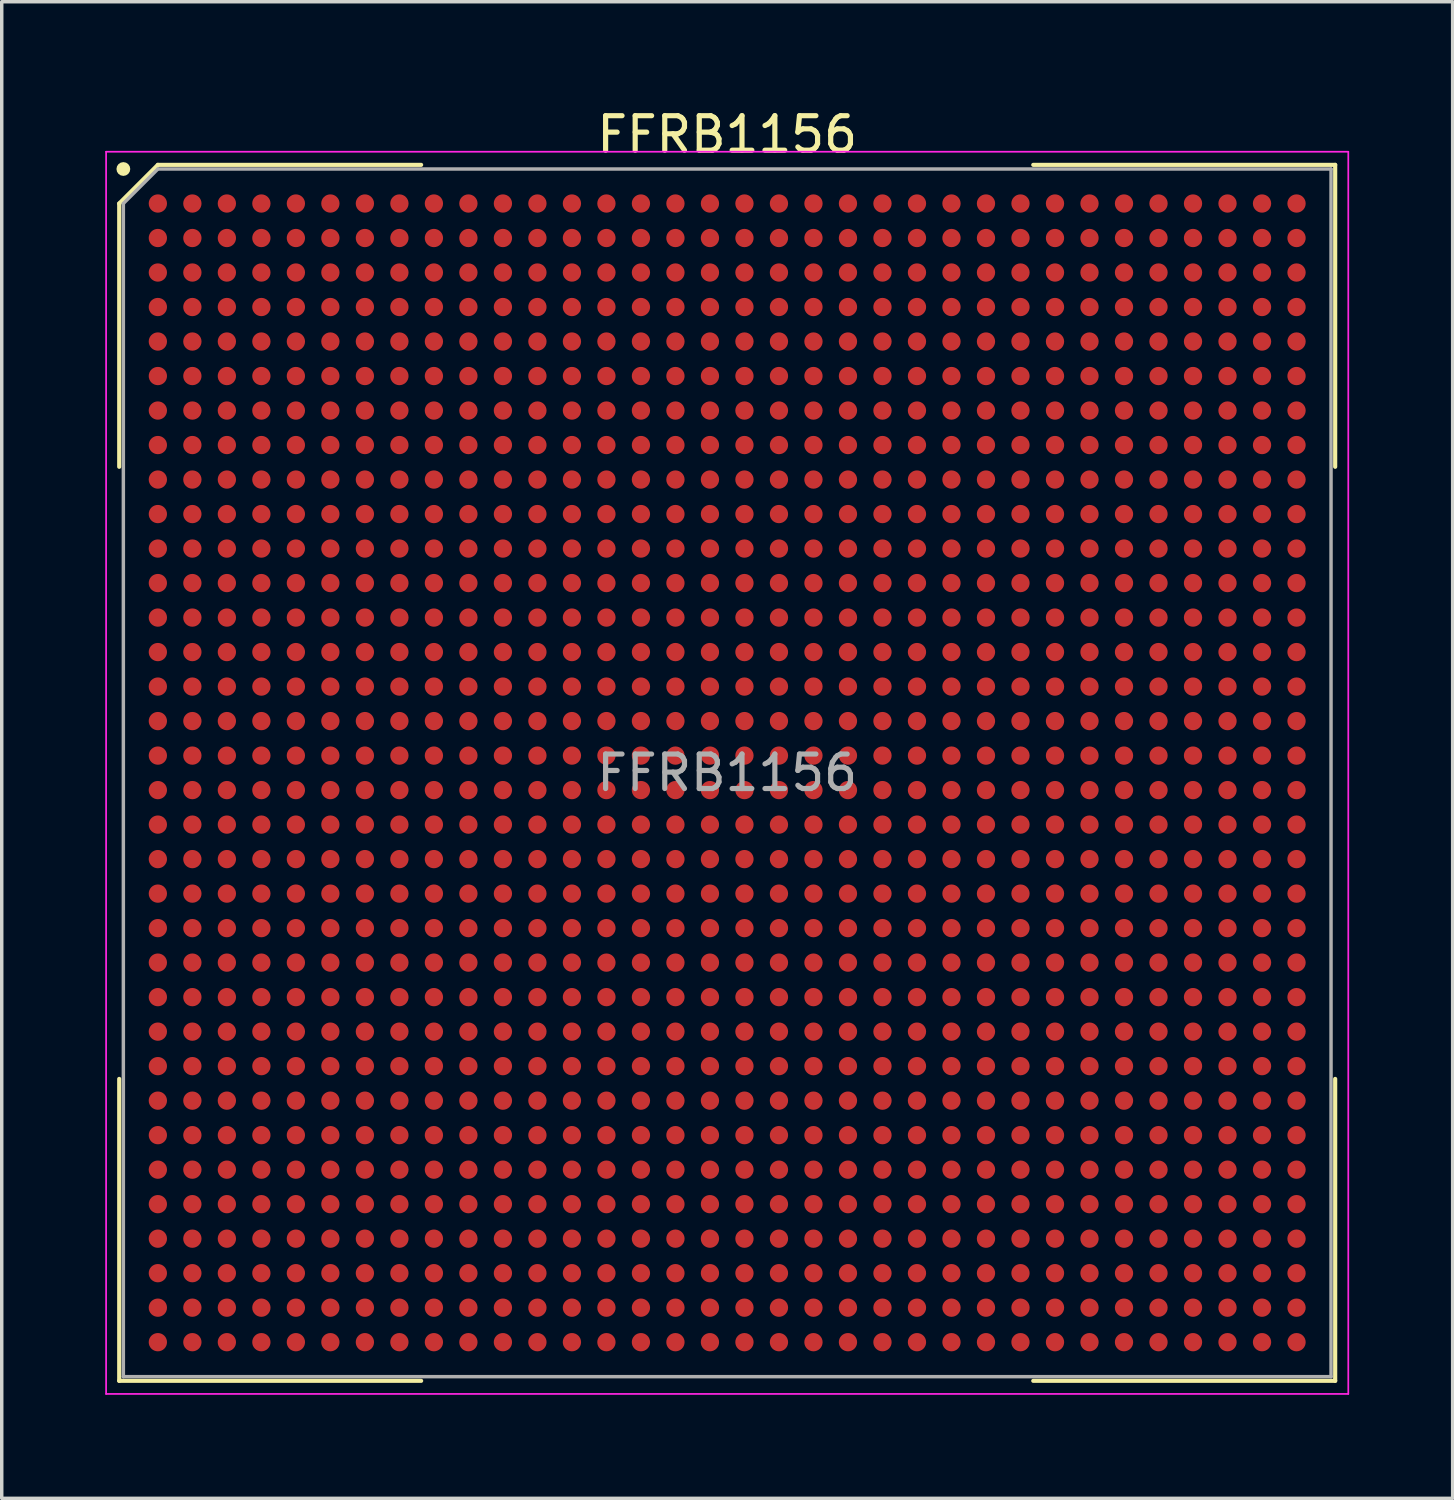
<source format=kicad_pcb>
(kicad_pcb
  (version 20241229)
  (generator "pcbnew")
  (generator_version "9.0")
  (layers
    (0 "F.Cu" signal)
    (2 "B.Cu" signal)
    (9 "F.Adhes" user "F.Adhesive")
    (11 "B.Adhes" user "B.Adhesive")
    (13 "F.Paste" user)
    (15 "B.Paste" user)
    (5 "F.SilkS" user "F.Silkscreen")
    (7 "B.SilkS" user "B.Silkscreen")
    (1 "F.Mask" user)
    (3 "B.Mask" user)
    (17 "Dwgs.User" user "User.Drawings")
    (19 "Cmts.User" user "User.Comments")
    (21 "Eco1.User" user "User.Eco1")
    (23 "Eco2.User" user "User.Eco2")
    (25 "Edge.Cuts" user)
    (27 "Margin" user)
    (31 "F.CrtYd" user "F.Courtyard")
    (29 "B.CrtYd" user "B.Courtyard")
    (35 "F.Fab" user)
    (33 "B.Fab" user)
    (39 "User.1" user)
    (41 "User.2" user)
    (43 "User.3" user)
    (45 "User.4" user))
  (footprint "FFRB1156"
    (layer "F.Cu")
    (at 18.025 19.348)
    (property "Reference" "FFRB1156" (at 0 -18.5 0) (layer "F.SilkS") (effects (font (size 1 1) (thickness 0.15))))
    (attr smd)
    (fp_line (start -17.62 -16.5) (end -17.62 -8.87) (stroke (width 0.12) (type default)) (layer "F.SilkS"))
    (fp_line (start -17.62 17.62) (end -17.62 8.87) (stroke (width 0.12) (type default)) (layer "F.SilkS"))
    (fp_line (start -16.5 -17.62) (end -17.62 -16.5) (stroke (width 0.12) (type default)) (layer "F.SilkS"))
    (fp_line (start -8.87 -17.62) (end -16.5 -17.62) (stroke (width 0.12) (type default)) (layer "F.SilkS"))
    (fp_line (start -8.87 17.62) (end -17.62 17.62) (stroke (width 0.12) (type default)) (layer "F.SilkS"))
    (fp_line (start 8.87 -17.62) (end 17.62 -17.62) (stroke (width 0.12) (type default)) (layer "F.SilkS"))
    (fp_line (start 8.87 17.62) (end 17.62 17.62) (stroke (width 0.12) (type default)) (layer "F.SilkS"))
    (fp_line (start 17.62 -17.62) (end 17.62 -8.87) (stroke (width 0.12) (type default)) (layer "F.SilkS"))
    (fp_line (start 17.62 17.62) (end 17.62 8.87) (stroke (width 0.12) (type default)) (layer "F.SilkS"))
    (fp_circle (center -17.5 -17.5) (end -17.5 -17.4) (stroke (width 0.2) (type default)) (fill no) (layer "F.SilkS"))
    (fp_line (start -18 -18) (end 18 -18) (stroke (width 0.05) (type default)) (layer "F.CrtYd"))
    (fp_line (start -18 18) (end -18 -18) (stroke (width 0.05) (type default)) (layer "F.CrtYd"))
    (fp_line (start 18 -18) (end 18 18) (stroke (width 0.05) (type default)) (layer "F.CrtYd"))
    (fp_line (start 18 18) (end -18 18) (stroke (width 0.05) (type default)) (layer "F.CrtYd"))
    (fp_line (start -17.5 -16.5) (end -17.5 17.5) (stroke (width 0.1) (type default)) (layer "F.Fab"))
    (fp_line (start -17.5 17.5) (end 17.5 17.5) (stroke (width 0.1) (type default)) (layer "F.Fab"))
    (fp_line (start -16.5 -17.5) (end -17.5 -16.5) (stroke (width 0.1) (type default)) (layer "F.Fab"))
    (fp_line (start 17.5 -17.5) (end -16.5 -17.5) (stroke (width 0.1) (type default)) (layer "F.Fab"))
    (fp_line (start 17.5 17.5) (end 17.5 -17.5) (stroke (width 0.1) (type default)) (layer "F.Fab"))
    (fp_text user "${REFERENCE}" (at 0 0 0) (layer "F.Fab") (effects (font (size 1 1) (thickness 0.15))))
    (pad "A1" smd circle (at -16.5 -16.5) (size 0.53 0.53) (layers "F.Cu" "F.Mask" "F.Paste"))
    (pad "A2" smd circle (at -15.5 -16.5) (size 0.53 0.53) (layers "F.Cu" "F.Mask" "F.Paste"))
    (pad "A3" smd circle (at -14.5 -16.5) (size 0.53 0.53) (layers "F.Cu" "F.Mask" "F.Paste"))
    (pad "A4" smd circle (at -13.5 -16.5) (size 0.53 0.53) (layers "F.Cu" "F.Mask" "F.Paste"))
    (pad "A5" smd circle (at -12.5 -16.5) (size 0.53 0.53) (layers "F.Cu" "F.Mask" "F.Paste"))
    (pad "A6" smd circle (at -11.5 -16.5) (size 0.53 0.53) (layers "F.Cu" "F.Mask" "F.Paste"))
    (pad "A7" smd circle (at -10.5 -16.5) (size 0.53 0.53) (layers "F.Cu" "F.Mask" "F.Paste"))
    (pad "A8" smd circle (at -9.5 -16.5) (size 0.53 0.53) (layers "F.Cu" "F.Mask" "F.Paste"))
    (pad "A9" smd circle (at -8.5 -16.5) (size 0.53 0.53) (layers "F.Cu" "F.Mask" "F.Paste"))
    (pad "A10" smd circle (at -7.5 -16.5) (size 0.53 0.53) (layers "F.Cu" "F.Mask" "F.Paste"))
    (pad "A11" smd circle (at -6.5 -16.5) (size 0.53 0.53) (layers "F.Cu" "F.Mask" "F.Paste"))
    (pad "A12" smd circle (at -5.5 -16.5) (size 0.53 0.53) (layers "F.Cu" "F.Mask" "F.Paste"))
    (pad "A13" smd circle (at -4.5 -16.5) (size 0.53 0.53) (layers "F.Cu" "F.Mask" "F.Paste"))
    (pad "A14" smd circle (at -3.5 -16.5) (size 0.53 0.53) (layers "F.Cu" "F.Mask" "F.Paste"))
    (pad "A15" smd circle (at -2.5 -16.5) (size 0.53 0.53) (layers "F.Cu" "F.Mask" "F.Paste"))
    (pad "A16" smd circle (at -1.5 -16.5) (size 0.53 0.53) (layers "F.Cu" "F.Mask" "F.Paste"))
    (pad "A17" smd circle (at -0.5 -16.5) (size 0.53 0.53) (layers "F.Cu" "F.Mask" "F.Paste"))
    (pad "A18" smd circle (at 0.5 -16.5) (size 0.53 0.53) (layers "F.Cu" "F.Mask" "F.Paste"))
    (pad "A19" smd circle (at 1.5 -16.5) (size 0.53 0.53) (layers "F.Cu" "F.Mask" "F.Paste"))
    (pad "A20" smd circle (at 2.5 -16.5) (size 0.53 0.53) (layers "F.Cu" "F.Mask" "F.Paste"))
    (pad "A21" smd circle (at 3.5 -16.5) (size 0.53 0.53) (layers "F.Cu" "F.Mask" "F.Paste"))
    (pad "A22" smd circle (at 4.5 -16.5) (size 0.53 0.53) (layers "F.Cu" "F.Mask" "F.Paste"))
    (pad "A23" smd circle (at 5.5 -16.5) (size 0.53 0.53) (layers "F.Cu" "F.Mask" "F.Paste"))
    (pad "A24" smd circle (at 6.5 -16.5) (size 0.53 0.53) (layers "F.Cu" "F.Mask" "F.Paste"))
    (pad "A25" smd circle (at 7.5 -16.5) (size 0.53 0.53) (layers "F.Cu" "F.Mask" "F.Paste"))
    (pad "A26" smd circle (at 8.5 -16.5) (size 0.53 0.53) (layers "F.Cu" "F.Mask" "F.Paste"))
    (pad "A27" smd circle (at 9.5 -16.5) (size 0.53 0.53) (layers "F.Cu" "F.Mask" "F.Paste"))
    (pad "A28" smd circle (at 10.5 -16.5) (size 0.53 0.53) (layers "F.Cu" "F.Mask" "F.Paste"))
    (pad "A29" smd circle (at 11.5 -16.5) (size 0.53 0.53) (layers "F.Cu" "F.Mask" "F.Paste"))
    (pad "A30" smd circle (at 12.5 -16.5) (size 0.53 0.53) (layers "F.Cu" "F.Mask" "F.Paste"))
    (pad "A31" smd circle (at 13.5 -16.5) (size 0.53 0.53) (layers "F.Cu" "F.Mask" "F.Paste"))
    (pad "A32" smd circle (at 14.5 -16.5) (size 0.53 0.53) (layers "F.Cu" "F.Mask" "F.Paste"))
    (pad "A33" smd circle (at 15.5 -16.5) (size 0.53 0.53) (layers "F.Cu" "F.Mask" "F.Paste"))
    (pad "A34" smd circle (at 16.5 -16.5) (size 0.53 0.53) (layers "F.Cu" "F.Mask" "F.Paste"))
    (pad "AA1" smd circle (at -16.5 3.5) (size 0.53 0.53) (layers "F.Cu" "F.Mask" "F.Paste"))
    (pad "AA2" smd circle (at -15.5 3.5) (size 0.53 0.53) (layers "F.Cu" "F.Mask" "F.Paste"))
    (pad "AA3" smd circle (at -14.5 3.5) (size 0.53 0.53) (layers "F.Cu" "F.Mask" "F.Paste"))
    (pad "AA4" smd circle (at -13.5 3.5) (size 0.53 0.53) (layers "F.Cu" "F.Mask" "F.Paste"))
    (pad "AA5" smd circle (at -12.5 3.5) (size 0.53 0.53) (layers "F.Cu" "F.Mask" "F.Paste"))
    (pad "AA6" smd circle (at -11.5 3.5) (size 0.53 0.53) (layers "F.Cu" "F.Mask" "F.Paste"))
    (pad "AA7" smd circle (at -10.5 3.5) (size 0.53 0.53) (layers "F.Cu" "F.Mask" "F.Paste"))
    (pad "AA8" smd circle (at -9.5 3.5) (size 0.53 0.53) (layers "F.Cu" "F.Mask" "F.Paste"))
    (pad "AA9" smd circle (at -8.5 3.5) (size 0.53 0.53) (layers "F.Cu" "F.Mask" "F.Paste"))
    (pad "AA10" smd circle (at -7.5 3.5) (size 0.53 0.53) (layers "F.Cu" "F.Mask" "F.Paste"))
    (pad "AA11" smd circle (at -6.5 3.5) (size 0.53 0.53) (layers "F.Cu" "F.Mask" "F.Paste"))
    (pad "AA12" smd circle (at -5.5 3.5) (size 0.53 0.53) (layers "F.Cu" "F.Mask" "F.Paste"))
    (pad "AA13" smd circle (at -4.5 3.5) (size 0.53 0.53) (layers "F.Cu" "F.Mask" "F.Paste"))
    (pad "AA14" smd circle (at -3.5 3.5) (size 0.53 0.53) (layers "F.Cu" "F.Mask" "F.Paste"))
    (pad "AA15" smd circle (at -2.5 3.5) (size 0.53 0.53) (layers "F.Cu" "F.Mask" "F.Paste"))
    (pad "AA16" smd circle (at -1.5 3.5) (size 0.53 0.53) (layers "F.Cu" "F.Mask" "F.Paste"))
    (pad "AA17" smd circle (at -0.5 3.5) (size 0.53 0.53) (layers "F.Cu" "F.Mask" "F.Paste"))
    (pad "AA18" smd circle (at 0.5 3.5) (size 0.53 0.53) (layers "F.Cu" "F.Mask" "F.Paste"))
    (pad "AA19" smd circle (at 1.5 3.5) (size 0.53 0.53) (layers "F.Cu" "F.Mask" "F.Paste"))
    (pad "AA20" smd circle (at 2.5 3.5) (size 0.53 0.53) (layers "F.Cu" "F.Mask" "F.Paste"))
    (pad "AA21" smd circle (at 3.5 3.5) (size 0.53 0.53) (layers "F.Cu" "F.Mask" "F.Paste"))
    (pad "AA22" smd circle (at 4.5 3.5) (size 0.53 0.53) (layers "F.Cu" "F.Mask" "F.Paste"))
    (pad "AA23" smd circle (at 5.5 3.5) (size 0.53 0.53) (layers "F.Cu" "F.Mask" "F.Paste"))
    (pad "AA24" smd circle (at 6.5 3.5) (size 0.53 0.53) (layers "F.Cu" "F.Mask" "F.Paste"))
    (pad "AA25" smd circle (at 7.5 3.5) (size 0.53 0.53) (layers "F.Cu" "F.Mask" "F.Paste"))
    (pad "AA26" smd circle (at 8.5 3.5) (size 0.53 0.53) (layers "F.Cu" "F.Mask" "F.Paste"))
    (pad "AA27" smd circle (at 9.5 3.5) (size 0.53 0.53) (layers "F.Cu" "F.Mask" "F.Paste"))
    (pad "AA28" smd circle (at 10.5 3.5) (size 0.53 0.53) (layers "F.Cu" "F.Mask" "F.Paste"))
    (pad "AA29" smd circle (at 11.5 3.5) (size 0.53 0.53) (layers "F.Cu" "F.Mask" "F.Paste"))
    (pad "AA30" smd circle (at 12.5 3.5) (size 0.53 0.53) (layers "F.Cu" "F.Mask" "F.Paste"))
    (pad "AA31" smd circle (at 13.5 3.5) (size 0.53 0.53) (layers "F.Cu" "F.Mask" "F.Paste"))
    (pad "AA32" smd circle (at 14.5 3.5) (size 0.53 0.53) (layers "F.Cu" "F.Mask" "F.Paste"))
    (pad "AA33" smd circle (at 15.5 3.5) (size 0.53 0.53) (layers "F.Cu" "F.Mask" "F.Paste"))
    (pad "AA34" smd circle (at 16.5 3.5) (size 0.53 0.53) (layers "F.Cu" "F.Mask" "F.Paste"))
    (pad "AB1" smd circle (at -16.5 4.5) (size 0.53 0.53) (layers "F.Cu" "F.Mask" "F.Paste"))
    (pad "AB2" smd circle (at -15.5 4.5) (size 0.53 0.53) (layers "F.Cu" "F.Mask" "F.Paste"))
    (pad "AB3" smd circle (at -14.5 4.5) (size 0.53 0.53) (layers "F.Cu" "F.Mask" "F.Paste"))
    (pad "AB4" smd circle (at -13.5 4.5) (size 0.53 0.53) (layers "F.Cu" "F.Mask" "F.Paste"))
    (pad "AB5" smd circle (at -12.5 4.5) (size 0.53 0.53) (layers "F.Cu" "F.Mask" "F.Paste"))
    (pad "AB6" smd circle (at -11.5 4.5) (size 0.53 0.53) (layers "F.Cu" "F.Mask" "F.Paste"))
    (pad "AB7" smd circle (at -10.5 4.5) (size 0.53 0.53) (layers "F.Cu" "F.Mask" "F.Paste"))
    (pad "AB8" smd circle (at -9.5 4.5) (size 0.53 0.53) (layers "F.Cu" "F.Mask" "F.Paste"))
    (pad "AB9" smd circle (at -8.5 4.5) (size 0.53 0.53) (layers "F.Cu" "F.Mask" "F.Paste"))
    (pad "AB10" smd circle (at -7.5 4.5) (size 0.53 0.53) (layers "F.Cu" "F.Mask" "F.Paste"))
    (pad "AB11" smd circle (at -6.5 4.5) (size 0.53 0.53) (layers "F.Cu" "F.Mask" "F.Paste"))
    (pad "AB12" smd circle (at -5.5 4.5) (size 0.53 0.53) (layers "F.Cu" "F.Mask" "F.Paste"))
    (pad "AB13" smd circle (at -4.5 4.5) (size 0.53 0.53) (layers "F.Cu" "F.Mask" "F.Paste"))
    (pad "AB14" smd circle (at -3.5 4.5) (size 0.53 0.53) (layers "F.Cu" "F.Mask" "F.Paste"))
    (pad "AB15" smd circle (at -2.5 4.5) (size 0.53 0.53) (layers "F.Cu" "F.Mask" "F.Paste"))
    (pad "AB16" smd circle (at -1.5 4.5) (size 0.53 0.53) (layers "F.Cu" "F.Mask" "F.Paste"))
    (pad "AB17" smd circle (at -0.5 4.5) (size 0.53 0.53) (layers "F.Cu" "F.Mask" "F.Paste"))
    (pad "AB18" smd circle (at 0.5 4.5) (size 0.53 0.53) (layers "F.Cu" "F.Mask" "F.Paste"))
    (pad "AB19" smd circle (at 1.5 4.5) (size 0.53 0.53) (layers "F.Cu" "F.Mask" "F.Paste"))
    (pad "AB20" smd circle (at 2.5 4.5) (size 0.53 0.53) (layers "F.Cu" "F.Mask" "F.Paste"))
    (pad "AB21" smd circle (at 3.5 4.5) (size 0.53 0.53) (layers "F.Cu" "F.Mask" "F.Paste"))
    (pad "AB22" smd circle (at 4.5 4.5) (size 0.53 0.53) (layers "F.Cu" "F.Mask" "F.Paste"))
    (pad "AB23" smd circle (at 5.5 4.5) (size 0.53 0.53) (layers "F.Cu" "F.Mask" "F.Paste"))
    (pad "AB24" smd circle (at 6.5 4.5) (size 0.53 0.53) (layers "F.Cu" "F.Mask" "F.Paste"))
    (pad "AB25" smd circle (at 7.5 4.5) (size 0.53 0.53) (layers "F.Cu" "F.Mask" "F.Paste"))
    (pad "AB26" smd circle (at 8.5 4.5) (size 0.53 0.53) (layers "F.Cu" "F.Mask" "F.Paste"))
    (pad "AB27" smd circle (at 9.5 4.5) (size 0.53 0.53) (layers "F.Cu" "F.Mask" "F.Paste"))
    (pad "AB28" smd circle (at 10.5 4.5) (size 0.53 0.53) (layers "F.Cu" "F.Mask" "F.Paste"))
    (pad "AB29" smd circle (at 11.5 4.5) (size 0.53 0.53) (layers "F.Cu" "F.Mask" "F.Paste"))
    (pad "AB30" smd circle (at 12.5 4.5) (size 0.53 0.53) (layers "F.Cu" "F.Mask" "F.Paste"))
    (pad "AB31" smd circle (at 13.5 4.5) (size 0.53 0.53) (layers "F.Cu" "F.Mask" "F.Paste"))
    (pad "AB32" smd circle (at 14.5 4.5) (size 0.53 0.53) (layers "F.Cu" "F.Mask" "F.Paste"))
    (pad "AB33" smd circle (at 15.5 4.5) (size 0.53 0.53) (layers "F.Cu" "F.Mask" "F.Paste"))
    (pad "AB34" smd circle (at 16.5 4.5) (size 0.53 0.53) (layers "F.Cu" "F.Mask" "F.Paste"))
    (pad "AC1" smd circle (at -16.5 5.5) (size 0.53 0.53) (layers "F.Cu" "F.Mask" "F.Paste"))
    (pad "AC2" smd circle (at -15.5 5.5) (size 0.53 0.53) (layers "F.Cu" "F.Mask" "F.Paste"))
    (pad "AC3" smd circle (at -14.5 5.5) (size 0.53 0.53) (layers "F.Cu" "F.Mask" "F.Paste"))
    (pad "AC4" smd circle (at -13.5 5.5) (size 0.53 0.53) (layers "F.Cu" "F.Mask" "F.Paste"))
    (pad "AC5" smd circle (at -12.5 5.5) (size 0.53 0.53) (layers "F.Cu" "F.Mask" "F.Paste"))
    (pad "AC6" smd circle (at -11.5 5.5) (size 0.53 0.53) (layers "F.Cu" "F.Mask" "F.Paste"))
    (pad "AC7" smd circle (at -10.5 5.5) (size 0.53 0.53) (layers "F.Cu" "F.Mask" "F.Paste"))
    (pad "AC8" smd circle (at -9.5 5.5) (size 0.53 0.53) (layers "F.Cu" "F.Mask" "F.Paste"))
    (pad "AC9" smd circle (at -8.5 5.5) (size 0.53 0.53) (layers "F.Cu" "F.Mask" "F.Paste"))
    (pad "AC10" smd circle (at -7.5 5.5) (size 0.53 0.53) (layers "F.Cu" "F.Mask" "F.Paste"))
    (pad "AC11" smd circle (at -6.5 5.5) (size 0.53 0.53) (layers "F.Cu" "F.Mask" "F.Paste"))
    (pad "AC12" smd circle (at -5.5 5.5) (size 0.53 0.53) (layers "F.Cu" "F.Mask" "F.Paste"))
    (pad "AC13" smd circle (at -4.5 5.5) (size 0.53 0.53) (layers "F.Cu" "F.Mask" "F.Paste"))
    (pad "AC14" smd circle (at -3.5 5.5) (size 0.53 0.53) (layers "F.Cu" "F.Mask" "F.Paste"))
    (pad "AC15" smd circle (at -2.5 5.5) (size 0.53 0.53) (layers "F.Cu" "F.Mask" "F.Paste"))
    (pad "AC16" smd circle (at -1.5 5.5) (size 0.53 0.53) (layers "F.Cu" "F.Mask" "F.Paste"))
    (pad "AC17" smd circle (at -0.5 5.5) (size 0.53 0.53) (layers "F.Cu" "F.Mask" "F.Paste"))
    (pad "AC18" smd circle (at 0.5 5.5) (size 0.53 0.53) (layers "F.Cu" "F.Mask" "F.Paste"))
    (pad "AC19" smd circle (at 1.5 5.5) (size 0.53 0.53) (layers "F.Cu" "F.Mask" "F.Paste"))
    (pad "AC20" smd circle (at 2.5 5.5) (size 0.53 0.53) (layers "F.Cu" "F.Mask" "F.Paste"))
    (pad "AC21" smd circle (at 3.5 5.5) (size 0.53 0.53) (layers "F.Cu" "F.Mask" "F.Paste"))
    (pad "AC22" smd circle (at 4.5 5.5) (size 0.53 0.53) (layers "F.Cu" "F.Mask" "F.Paste"))
    (pad "AC23" smd circle (at 5.5 5.5) (size 0.53 0.53) (layers "F.Cu" "F.Mask" "F.Paste"))
    (pad "AC24" smd circle (at 6.5 5.5) (size 0.53 0.53) (layers "F.Cu" "F.Mask" "F.Paste"))
    (pad "AC25" smd circle (at 7.5 5.5) (size 0.53 0.53) (layers "F.Cu" "F.Mask" "F.Paste"))
    (pad "AC26" smd circle (at 8.5 5.5) (size 0.53 0.53) (layers "F.Cu" "F.Mask" "F.Paste"))
    (pad "AC27" smd circle (at 9.5 5.5) (size 0.53 0.53) (layers "F.Cu" "F.Mask" "F.Paste"))
    (pad "AC28" smd circle (at 10.5 5.5) (size 0.53 0.53) (layers "F.Cu" "F.Mask" "F.Paste"))
    (pad "AC29" smd circle (at 11.5 5.5) (size 0.53 0.53) (layers "F.Cu" "F.Mask" "F.Paste"))
    (pad "AC30" smd circle (at 12.5 5.5) (size 0.53 0.53) (layers "F.Cu" "F.Mask" "F.Paste"))
    (pad "AC31" smd circle (at 13.5 5.5) (size 0.53 0.53) (layers "F.Cu" "F.Mask" "F.Paste"))
    (pad "AC32" smd circle (at 14.5 5.5) (size 0.53 0.53) (layers "F.Cu" "F.Mask" "F.Paste"))
    (pad "AC33" smd circle (at 15.5 5.5) (size 0.53 0.53) (layers "F.Cu" "F.Mask" "F.Paste"))
    (pad "AC34" smd circle (at 16.5 5.5) (size 0.53 0.53) (layers "F.Cu" "F.Mask" "F.Paste"))
    (pad "AD1" smd circle (at -16.5 6.5) (size 0.53 0.53) (layers "F.Cu" "F.Mask" "F.Paste"))
    (pad "AD2" smd circle (at -15.5 6.5) (size 0.53 0.53) (layers "F.Cu" "F.Mask" "F.Paste"))
    (pad "AD3" smd circle (at -14.5 6.5) (size 0.53 0.53) (layers "F.Cu" "F.Mask" "F.Paste"))
    (pad "AD4" smd circle (at -13.5 6.5) (size 0.53 0.53) (layers "F.Cu" "F.Mask" "F.Paste"))
    (pad "AD5" smd circle (at -12.5 6.5) (size 0.53 0.53) (layers "F.Cu" "F.Mask" "F.Paste"))
    (pad "AD6" smd circle (at -11.5 6.5) (size 0.53 0.53) (layers "F.Cu" "F.Mask" "F.Paste"))
    (pad "AD7" smd circle (at -10.5 6.5) (size 0.53 0.53) (layers "F.Cu" "F.Mask" "F.Paste"))
    (pad "AD8" smd circle (at -9.5 6.5) (size 0.53 0.53) (layers "F.Cu" "F.Mask" "F.Paste"))
    (pad "AD9" smd circle (at -8.5 6.5) (size 0.53 0.53) (layers "F.Cu" "F.Mask" "F.Paste"))
    (pad "AD10" smd circle (at -7.5 6.5) (size 0.53 0.53) (layers "F.Cu" "F.Mask" "F.Paste"))
    (pad "AD11" smd circle (at -6.5 6.5) (size 0.53 0.53) (layers "F.Cu" "F.Mask" "F.Paste"))
    (pad "AD12" smd circle (at -5.5 6.5) (size 0.53 0.53) (layers "F.Cu" "F.Mask" "F.Paste"))
    (pad "AD13" smd circle (at -4.5 6.5) (size 0.53 0.53) (layers "F.Cu" "F.Mask" "F.Paste"))
    (pad "AD14" smd circle (at -3.5 6.5) (size 0.53 0.53) (layers "F.Cu" "F.Mask" "F.Paste"))
    (pad "AD15" smd circle (at -2.5 6.5) (size 0.53 0.53) (layers "F.Cu" "F.Mask" "F.Paste"))
    (pad "AD16" smd circle (at -1.5 6.5) (size 0.53 0.53) (layers "F.Cu" "F.Mask" "F.Paste"))
    (pad "AD17" smd circle (at -0.5 6.5) (size 0.53 0.53) (layers "F.Cu" "F.Mask" "F.Paste"))
    (pad "AD18" smd circle (at 0.5 6.5) (size 0.53 0.53) (layers "F.Cu" "F.Mask" "F.Paste"))
    (pad "AD19" smd circle (at 1.5 6.5) (size 0.53 0.53) (layers "F.Cu" "F.Mask" "F.Paste"))
    (pad "AD20" smd circle (at 2.5 6.5) (size 0.53 0.53) (layers "F.Cu" "F.Mask" "F.Paste"))
    (pad "AD21" smd circle (at 3.5 6.5) (size 0.53 0.53) (layers "F.Cu" "F.Mask" "F.Paste"))
    (pad "AD22" smd circle (at 4.5 6.5) (size 0.53 0.53) (layers "F.Cu" "F.Mask" "F.Paste"))
    (pad "AD23" smd circle (at 5.5 6.5) (size 0.53 0.53) (layers "F.Cu" "F.Mask" "F.Paste"))
    (pad "AD24" smd circle (at 6.5 6.5) (size 0.53 0.53) (layers "F.Cu" "F.Mask" "F.Paste"))
    (pad "AD25" smd circle (at 7.5 6.5) (size 0.53 0.53) (layers "F.Cu" "F.Mask" "F.Paste"))
    (pad "AD26" smd circle (at 8.5 6.5) (size 0.53 0.53) (layers "F.Cu" "F.Mask" "F.Paste"))
    (pad "AD27" smd circle (at 9.5 6.5) (size 0.53 0.53) (layers "F.Cu" "F.Mask" "F.Paste"))
    (pad "AD28" smd circle (at 10.5 6.5) (size 0.53 0.53) (layers "F.Cu" "F.Mask" "F.Paste"))
    (pad "AD29" smd circle (at 11.5 6.5) (size 0.53 0.53) (layers "F.Cu" "F.Mask" "F.Paste"))
    (pad "AD30" smd circle (at 12.5 6.5) (size 0.53 0.53) (layers "F.Cu" "F.Mask" "F.Paste"))
    (pad "AD31" smd circle (at 13.5 6.5) (size 0.53 0.53) (layers "F.Cu" "F.Mask" "F.Paste"))
    (pad "AD32" smd circle (at 14.5 6.5) (size 0.53 0.53) (layers "F.Cu" "F.Mask" "F.Paste"))
    (pad "AD33" smd circle (at 15.5 6.5) (size 0.53 0.53) (layers "F.Cu" "F.Mask" "F.Paste"))
    (pad "AD34" smd circle (at 16.5 6.5) (size 0.53 0.53) (layers "F.Cu" "F.Mask" "F.Paste"))
    (pad "AE1" smd circle (at -16.5 7.5) (size 0.53 0.53) (layers "F.Cu" "F.Mask" "F.Paste"))
    (pad "AE2" smd circle (at -15.5 7.5) (size 0.53 0.53) (layers "F.Cu" "F.Mask" "F.Paste"))
    (pad "AE3" smd circle (at -14.5 7.5) (size 0.53 0.53) (layers "F.Cu" "F.Mask" "F.Paste"))
    (pad "AE4" smd circle (at -13.5 7.5) (size 0.53 0.53) (layers "F.Cu" "F.Mask" "F.Paste"))
    (pad "AE5" smd circle (at -12.5 7.5) (size 0.53 0.53) (layers "F.Cu" "F.Mask" "F.Paste"))
    (pad "AE6" smd circle (at -11.5 7.5) (size 0.53 0.53) (layers "F.Cu" "F.Mask" "F.Paste"))
    (pad "AE7" smd circle (at -10.5 7.5) (size 0.53 0.53) (layers "F.Cu" "F.Mask" "F.Paste"))
    (pad "AE8" smd circle (at -9.5 7.5) (size 0.53 0.53) (layers "F.Cu" "F.Mask" "F.Paste"))
    (pad "AE9" smd circle (at -8.5 7.5) (size 0.53 0.53) (layers "F.Cu" "F.Mask" "F.Paste"))
    (pad "AE10" smd circle (at -7.5 7.5) (size 0.53 0.53) (layers "F.Cu" "F.Mask" "F.Paste"))
    (pad "AE11" smd circle (at -6.5 7.5) (size 0.53 0.53) (layers "F.Cu" "F.Mask" "F.Paste"))
    (pad "AE12" smd circle (at -5.5 7.5) (size 0.53 0.53) (layers "F.Cu" "F.Mask" "F.Paste"))
    (pad "AE13" smd circle (at -4.5 7.5) (size 0.53 0.53) (layers "F.Cu" "F.Mask" "F.Paste"))
    (pad "AE14" smd circle (at -3.5 7.5) (size 0.53 0.53) (layers "F.Cu" "F.Mask" "F.Paste"))
    (pad "AE15" smd circle (at -2.5 7.5) (size 0.53 0.53) (layers "F.Cu" "F.Mask" "F.Paste"))
    (pad "AE16" smd circle (at -1.5 7.5) (size 0.53 0.53) (layers "F.Cu" "F.Mask" "F.Paste"))
    (pad "AE17" smd circle (at -0.5 7.5) (size 0.53 0.53) (layers "F.Cu" "F.Mask" "F.Paste"))
    (pad "AE18" smd circle (at 0.5 7.5) (size 0.53 0.53) (layers "F.Cu" "F.Mask" "F.Paste"))
    (pad "AE19" smd circle (at 1.5 7.5) (size 0.53 0.53) (layers "F.Cu" "F.Mask" "F.Paste"))
    (pad "AE20" smd circle (at 2.5 7.5) (size 0.53 0.53) (layers "F.Cu" "F.Mask" "F.Paste"))
    (pad "AE21" smd circle (at 3.5 7.5) (size 0.53 0.53) (layers "F.Cu" "F.Mask" "F.Paste"))
    (pad "AE22" smd circle (at 4.5 7.5) (size 0.53 0.53) (layers "F.Cu" "F.Mask" "F.Paste"))
    (pad "AE23" smd circle (at 5.5 7.5) (size 0.53 0.53) (layers "F.Cu" "F.Mask" "F.Paste"))
    (pad "AE24" smd circle (at 6.5 7.5) (size 0.53 0.53) (layers "F.Cu" "F.Mask" "F.Paste"))
    (pad "AE25" smd circle (at 7.5 7.5) (size 0.53 0.53) (layers "F.Cu" "F.Mask" "F.Paste"))
    (pad "AE26" smd circle (at 8.5 7.5) (size 0.53 0.53) (layers "F.Cu" "F.Mask" "F.Paste"))
    (pad "AE27" smd circle (at 9.5 7.5) (size 0.53 0.53) (layers "F.Cu" "F.Mask" "F.Paste"))
    (pad "AE28" smd circle (at 10.5 7.5) (size 0.53 0.53) (layers "F.Cu" "F.Mask" "F.Paste"))
    (pad "AE29" smd circle (at 11.5 7.5) (size 0.53 0.53) (layers "F.Cu" "F.Mask" "F.Paste"))
    (pad "AE30" smd circle (at 12.5 7.5) (size 0.53 0.53) (layers "F.Cu" "F.Mask" "F.Paste"))
    (pad "AE31" smd circle (at 13.5 7.5) (size 0.53 0.53) (layers "F.Cu" "F.Mask" "F.Paste"))
    (pad "AE32" smd circle (at 14.5 7.5) (size 0.53 0.53) (layers "F.Cu" "F.Mask" "F.Paste"))
    (pad "AE33" smd circle (at 15.5 7.5) (size 0.53 0.53) (layers "F.Cu" "F.Mask" "F.Paste"))
    (pad "AE34" smd circle (at 16.5 7.5) (size 0.53 0.53) (layers "F.Cu" "F.Mask" "F.Paste"))
    (pad "AF1" smd circle (at -16.5 8.5) (size 0.53 0.53) (layers "F.Cu" "F.Mask" "F.Paste"))
    (pad "AF2" smd circle (at -15.5 8.5) (size 0.53 0.53) (layers "F.Cu" "F.Mask" "F.Paste"))
    (pad "AF3" smd circle (at -14.5 8.5) (size 0.53 0.53) (layers "F.Cu" "F.Mask" "F.Paste"))
    (pad "AF4" smd circle (at -13.5 8.5) (size 0.53 0.53) (layers "F.Cu" "F.Mask" "F.Paste"))
    (pad "AF5" smd circle (at -12.5 8.5) (size 0.53 0.53) (layers "F.Cu" "F.Mask" "F.Paste"))
    (pad "AF6" smd circle (at -11.5 8.5) (size 0.53 0.53) (layers "F.Cu" "F.Mask" "F.Paste"))
    (pad "AF7" smd circle (at -10.5 8.5) (size 0.53 0.53) (layers "F.Cu" "F.Mask" "F.Paste"))
    (pad "AF8" smd circle (at -9.5 8.5) (size 0.53 0.53) (layers "F.Cu" "F.Mask" "F.Paste"))
    (pad "AF9" smd circle (at -8.5 8.5) (size 0.53 0.53) (layers "F.Cu" "F.Mask" "F.Paste"))
    (pad "AF10" smd circle (at -7.5 8.5) (size 0.53 0.53) (layers "F.Cu" "F.Mask" "F.Paste"))
    (pad "AF11" smd circle (at -6.5 8.5) (size 0.53 0.53) (layers "F.Cu" "F.Mask" "F.Paste"))
    (pad "AF12" smd circle (at -5.5 8.5) (size 0.53 0.53) (layers "F.Cu" "F.Mask" "F.Paste"))
    (pad "AF13" smd circle (at -4.5 8.5) (size 0.53 0.53) (layers "F.Cu" "F.Mask" "F.Paste"))
    (pad "AF14" smd circle (at -3.5 8.5) (size 0.53 0.53) (layers "F.Cu" "F.Mask" "F.Paste"))
    (pad "AF15" smd circle (at -2.5 8.5) (size 0.53 0.53) (layers "F.Cu" "F.Mask" "F.Paste"))
    (pad "AF16" smd circle (at -1.5 8.5) (size 0.53 0.53) (layers "F.Cu" "F.Mask" "F.Paste"))
    (pad "AF17" smd circle (at -0.5 8.5) (size 0.53 0.53) (layers "F.Cu" "F.Mask" "F.Paste"))
    (pad "AF18" smd circle (at 0.5 8.5) (size 0.53 0.53) (layers "F.Cu" "F.Mask" "F.Paste"))
    (pad "AF19" smd circle (at 1.5 8.5) (size 0.53 0.53) (layers "F.Cu" "F.Mask" "F.Paste"))
    (pad "AF20" smd circle (at 2.5 8.5) (size 0.53 0.53) (layers "F.Cu" "F.Mask" "F.Paste"))
    (pad "AF21" smd circle (at 3.5 8.5) (size 0.53 0.53) (layers "F.Cu" "F.Mask" "F.Paste"))
    (pad "AF22" smd circle (at 4.5 8.5) (size 0.53 0.53) (layers "F.Cu" "F.Mask" "F.Paste"))
    (pad "AF23" smd circle (at 5.5 8.5) (size 0.53 0.53) (layers "F.Cu" "F.Mask" "F.Paste"))
    (pad "AF24" smd circle (at 6.5 8.5) (size 0.53 0.53) (layers "F.Cu" "F.Mask" "F.Paste"))
    (pad "AF25" smd circle (at 7.5 8.5) (size 0.53 0.53) (layers "F.Cu" "F.Mask" "F.Paste"))
    (pad "AF26" smd circle (at 8.5 8.5) (size 0.53 0.53) (layers "F.Cu" "F.Mask" "F.Paste"))
    (pad "AF27" smd circle (at 9.5 8.5) (size 0.53 0.53) (layers "F.Cu" "F.Mask" "F.Paste"))
    (pad "AF28" smd circle (at 10.5 8.5) (size 0.53 0.53) (layers "F.Cu" "F.Mask" "F.Paste"))
    (pad "AF29" smd circle (at 11.5 8.5) (size 0.53 0.53) (layers "F.Cu" "F.Mask" "F.Paste"))
    (pad "AF30" smd circle (at 12.5 8.5) (size 0.53 0.53) (layers "F.Cu" "F.Mask" "F.Paste"))
    (pad "AF31" smd circle (at 13.5 8.5) (size 0.53 0.53) (layers "F.Cu" "F.Mask" "F.Paste"))
    (pad "AF32" smd circle (at 14.5 8.5) (size 0.53 0.53) (layers "F.Cu" "F.Mask" "F.Paste"))
    (pad "AF33" smd circle (at 15.5 8.5) (size 0.53 0.53) (layers "F.Cu" "F.Mask" "F.Paste"))
    (pad "AF34" smd circle (at 16.5 8.5) (size 0.53 0.53) (layers "F.Cu" "F.Mask" "F.Paste"))
    (pad "AG1" smd circle (at -16.5 9.5) (size 0.53 0.53) (layers "F.Cu" "F.Mask" "F.Paste"))
    (pad "AG2" smd circle (at -15.5 9.5) (size 0.53 0.53) (layers "F.Cu" "F.Mask" "F.Paste"))
    (pad "AG3" smd circle (at -14.5 9.5) (size 0.53 0.53) (layers "F.Cu" "F.Mask" "F.Paste"))
    (pad "AG4" smd circle (at -13.5 9.5) (size 0.53 0.53) (layers "F.Cu" "F.Mask" "F.Paste"))
    (pad "AG5" smd circle (at -12.5 9.5) (size 0.53 0.53) (layers "F.Cu" "F.Mask" "F.Paste"))
    (pad "AG6" smd circle (at -11.5 9.5) (size 0.53 0.53) (layers "F.Cu" "F.Mask" "F.Paste"))
    (pad "AG7" smd circle (at -10.5 9.5) (size 0.53 0.53) (layers "F.Cu" "F.Mask" "F.Paste"))
    (pad "AG8" smd circle (at -9.5 9.5) (size 0.53 0.53) (layers "F.Cu" "F.Mask" "F.Paste"))
    (pad "AG9" smd circle (at -8.5 9.5) (size 0.53 0.53) (layers "F.Cu" "F.Mask" "F.Paste"))
    (pad "AG10" smd circle (at -7.5 9.5) (size 0.53 0.53) (layers "F.Cu" "F.Mask" "F.Paste"))
    (pad "AG11" smd circle (at -6.5 9.5) (size 0.53 0.53) (layers "F.Cu" "F.Mask" "F.Paste"))
    (pad "AG12" smd circle (at -5.5 9.5) (size 0.53 0.53) (layers "F.Cu" "F.Mask" "F.Paste"))
    (pad "AG13" smd circle (at -4.5 9.5) (size 0.53 0.53) (layers "F.Cu" "F.Mask" "F.Paste"))
    (pad "AG14" smd circle (at -3.5 9.5) (size 0.53 0.53) (layers "F.Cu" "F.Mask" "F.Paste"))
    (pad "AG15" smd circle (at -2.5 9.5) (size 0.53 0.53) (layers "F.Cu" "F.Mask" "F.Paste"))
    (pad "AG16" smd circle (at -1.5 9.5) (size 0.53 0.53) (layers "F.Cu" "F.Mask" "F.Paste"))
    (pad "AG17" smd circle (at -0.5 9.5) (size 0.53 0.53) (layers "F.Cu" "F.Mask" "F.Paste"))
    (pad "AG18" smd circle (at 0.5 9.5) (size 0.53 0.53) (layers "F.Cu" "F.Mask" "F.Paste"))
    (pad "AG19" smd circle (at 1.5 9.5) (size 0.53 0.53) (layers "F.Cu" "F.Mask" "F.Paste"))
    (pad "AG20" smd circle (at 2.5 9.5) (size 0.53 0.53) (layers "F.Cu" "F.Mask" "F.Paste"))
    (pad "AG21" smd circle (at 3.5 9.5) (size 0.53 0.53) (layers "F.Cu" "F.Mask" "F.Paste"))
    (pad "AG22" smd circle (at 4.5 9.5) (size 0.53 0.53) (layers "F.Cu" "F.Mask" "F.Paste"))
    (pad "AG23" smd circle (at 5.5 9.5) (size 0.53 0.53) (layers "F.Cu" "F.Mask" "F.Paste"))
    (pad "AG24" smd circle (at 6.5 9.5) (size 0.53 0.53) (layers "F.Cu" "F.Mask" "F.Paste"))
    (pad "AG25" smd circle (at 7.5 9.5) (size 0.53 0.53) (layers "F.Cu" "F.Mask" "F.Paste"))
    (pad "AG26" smd circle (at 8.5 9.5) (size 0.53 0.53) (layers "F.Cu" "F.Mask" "F.Paste"))
    (pad "AG27" smd circle (at 9.5 9.5) (size 0.53 0.53) (layers "F.Cu" "F.Mask" "F.Paste"))
    (pad "AG28" smd circle (at 10.5 9.5) (size 0.53 0.53) (layers "F.Cu" "F.Mask" "F.Paste"))
    (pad "AG29" smd circle (at 11.5 9.5) (size 0.53 0.53) (layers "F.Cu" "F.Mask" "F.Paste"))
    (pad "AG30" smd circle (at 12.5 9.5) (size 0.53 0.53) (layers "F.Cu" "F.Mask" "F.Paste"))
    (pad "AG31" smd circle (at 13.5 9.5) (size 0.53 0.53) (layers "F.Cu" "F.Mask" "F.Paste"))
    (pad "AG32" smd circle (at 14.5 9.5) (size 0.53 0.53) (layers "F.Cu" "F.Mask" "F.Paste"))
    (pad "AG33" smd circle (at 15.5 9.5) (size 0.53 0.53) (layers "F.Cu" "F.Mask" "F.Paste"))
    (pad "AG34" smd circle (at 16.5 9.5) (size 0.53 0.53) (layers "F.Cu" "F.Mask" "F.Paste"))
    (pad "AH1" smd circle (at -16.5 10.5) (size 0.53 0.53) (layers "F.Cu" "F.Mask" "F.Paste"))
    (pad "AH2" smd circle (at -15.5 10.5) (size 0.53 0.53) (layers "F.Cu" "F.Mask" "F.Paste"))
    (pad "AH3" smd circle (at -14.5 10.5) (size 0.53 0.53) (layers "F.Cu" "F.Mask" "F.Paste"))
    (pad "AH4" smd circle (at -13.5 10.5) (size 0.53 0.53) (layers "F.Cu" "F.Mask" "F.Paste"))
    (pad "AH5" smd circle (at -12.5 10.5) (size 0.53 0.53) (layers "F.Cu" "F.Mask" "F.Paste"))
    (pad "AH6" smd circle (at -11.5 10.5) (size 0.53 0.53) (layers "F.Cu" "F.Mask" "F.Paste"))
    (pad "AH7" smd circle (at -10.5 10.5) (size 0.53 0.53) (layers "F.Cu" "F.Mask" "F.Paste"))
    (pad "AH8" smd circle (at -9.5 10.5) (size 0.53 0.53) (layers "F.Cu" "F.Mask" "F.Paste"))
    (pad "AH9" smd circle (at -8.5 10.5) (size 0.53 0.53) (layers "F.Cu" "F.Mask" "F.Paste"))
    (pad "AH10" smd circle (at -7.5 10.5) (size 0.53 0.53) (layers "F.Cu" "F.Mask" "F.Paste"))
    (pad "AH11" smd circle (at -6.5 10.5) (size 0.53 0.53) (layers "F.Cu" "F.Mask" "F.Paste"))
    (pad "AH12" smd circle (at -5.5 10.5) (size 0.53 0.53) (layers "F.Cu" "F.Mask" "F.Paste"))
    (pad "AH13" smd circle (at -4.5 10.5) (size 0.53 0.53) (layers "F.Cu" "F.Mask" "F.Paste"))
    (pad "AH14" smd circle (at -3.5 10.5) (size 0.53 0.53) (layers "F.Cu" "F.Mask" "F.Paste"))
    (pad "AH15" smd circle (at -2.5 10.5) (size 0.53 0.53) (layers "F.Cu" "F.Mask" "F.Paste"))
    (pad "AH16" smd circle (at -1.5 10.5) (size 0.53 0.53) (layers "F.Cu" "F.Mask" "F.Paste"))
    (pad "AH17" smd circle (at -0.5 10.5) (size 0.53 0.53) (layers "F.Cu" "F.Mask" "F.Paste"))
    (pad "AH18" smd circle (at 0.5 10.5) (size 0.53 0.53) (layers "F.Cu" "F.Mask" "F.Paste"))
    (pad "AH19" smd circle (at 1.5 10.5) (size 0.53 0.53) (layers "F.Cu" "F.Mask" "F.Paste"))
    (pad "AH20" smd circle (at 2.5 10.5) (size 0.53 0.53) (layers "F.Cu" "F.Mask" "F.Paste"))
    (pad "AH21" smd circle (at 3.5 10.5) (size 0.53 0.53) (layers "F.Cu" "F.Mask" "F.Paste"))
    (pad "AH22" smd circle (at 4.5 10.5) (size 0.53 0.53) (layers "F.Cu" "F.Mask" "F.Paste"))
    (pad "AH23" smd circle (at 5.5 10.5) (size 0.53 0.53) (layers "F.Cu" "F.Mask" "F.Paste"))
    (pad "AH24" smd circle (at 6.5 10.5) (size 0.53 0.53) (layers "F.Cu" "F.Mask" "F.Paste"))
    (pad "AH25" smd circle (at 7.5 10.5) (size 0.53 0.53) (layers "F.Cu" "F.Mask" "F.Paste"))
    (pad "AH26" smd circle (at 8.5 10.5) (size 0.53 0.53) (layers "F.Cu" "F.Mask" "F.Paste"))
    (pad "AH27" smd circle (at 9.5 10.5) (size 0.53 0.53) (layers "F.Cu" "F.Mask" "F.Paste"))
    (pad "AH28" smd circle (at 10.5 10.5) (size 0.53 0.53) (layers "F.Cu" "F.Mask" "F.Paste"))
    (pad "AH29" smd circle (at 11.5 10.5) (size 0.53 0.53) (layers "F.Cu" "F.Mask" "F.Paste"))
    (pad "AH30" smd circle (at 12.5 10.5) (size 0.53 0.53) (layers "F.Cu" "F.Mask" "F.Paste"))
    (pad "AH31" smd circle (at 13.5 10.5) (size 0.53 0.53) (layers "F.Cu" "F.Mask" "F.Paste"))
    (pad "AH32" smd circle (at 14.5 10.5) (size 0.53 0.53) (layers "F.Cu" "F.Mask" "F.Paste"))
    (pad "AH33" smd circle (at 15.5 10.5) (size 0.53 0.53) (layers "F.Cu" "F.Mask" "F.Paste"))
    (pad "AH34" smd circle (at 16.5 10.5) (size 0.53 0.53) (layers "F.Cu" "F.Mask" "F.Paste"))
    (pad "AJ1" smd circle (at -16.5 11.5) (size 0.53 0.53) (layers "F.Cu" "F.Mask" "F.Paste"))
    (pad "AJ2" smd circle (at -15.5 11.5) (size 0.53 0.53) (layers "F.Cu" "F.Mask" "F.Paste"))
    (pad "AJ3" smd circle (at -14.5 11.5) (size 0.53 0.53) (layers "F.Cu" "F.Mask" "F.Paste"))
    (pad "AJ4" smd circle (at -13.5 11.5) (size 0.53 0.53) (layers "F.Cu" "F.Mask" "F.Paste"))
    (pad "AJ5" smd circle (at -12.5 11.5) (size 0.53 0.53) (layers "F.Cu" "F.Mask" "F.Paste"))
    (pad "AJ6" smd circle (at -11.5 11.5) (size 0.53 0.53) (layers "F.Cu" "F.Mask" "F.Paste"))
    (pad "AJ7" smd circle (at -10.5 11.5) (size 0.53 0.53) (layers "F.Cu" "F.Mask" "F.Paste"))
    (pad "AJ8" smd circle (at -9.5 11.5) (size 0.53 0.53) (layers "F.Cu" "F.Mask" "F.Paste"))
    (pad "AJ9" smd circle (at -8.5 11.5) (size 0.53 0.53) (layers "F.Cu" "F.Mask" "F.Paste"))
    (pad "AJ10" smd circle (at -7.5 11.5) (size 0.53 0.53) (layers "F.Cu" "F.Mask" "F.Paste"))
    (pad "AJ11" smd circle (at -6.5 11.5) (size 0.53 0.53) (layers "F.Cu" "F.Mask" "F.Paste"))
    (pad "AJ12" smd circle (at -5.5 11.5) (size 0.53 0.53) (layers "F.Cu" "F.Mask" "F.Paste"))
    (pad "AJ13" smd circle (at -4.5 11.5) (size 0.53 0.53) (layers "F.Cu" "F.Mask" "F.Paste"))
    (pad "AJ14" smd circle (at -3.5 11.5) (size 0.53 0.53) (layers "F.Cu" "F.Mask" "F.Paste"))
    (pad "AJ15" smd circle (at -2.5 11.5) (size 0.53 0.53) (layers "F.Cu" "F.Mask" "F.Paste"))
    (pad "AJ16" smd circle (at -1.5 11.5) (size 0.53 0.53) (layers "F.Cu" "F.Mask" "F.Paste"))
    (pad "AJ17" smd circle (at -0.5 11.5) (size 0.53 0.53) (layers "F.Cu" "F.Mask" "F.Paste"))
    (pad "AJ18" smd circle (at 0.5 11.5) (size 0.53 0.53) (layers "F.Cu" "F.Mask" "F.Paste"))
    (pad "AJ19" smd circle (at 1.5 11.5) (size 0.53 0.53) (layers "F.Cu" "F.Mask" "F.Paste"))
    (pad "AJ20" smd circle (at 2.5 11.5) (size 0.53 0.53) (layers "F.Cu" "F.Mask" "F.Paste"))
    (pad "AJ21" smd circle (at 3.5 11.5) (size 0.53 0.53) (layers "F.Cu" "F.Mask" "F.Paste"))
    (pad "AJ22" smd circle (at 4.5 11.5) (size 0.53 0.53) (layers "F.Cu" "F.Mask" "F.Paste"))
    (pad "AJ23" smd circle (at 5.5 11.5) (size 0.53 0.53) (layers "F.Cu" "F.Mask" "F.Paste"))
    (pad "AJ24" smd circle (at 6.5 11.5) (size 0.53 0.53) (layers "F.Cu" "F.Mask" "F.Paste"))
    (pad "AJ25" smd circle (at 7.5 11.5) (size 0.53 0.53) (layers "F.Cu" "F.Mask" "F.Paste"))
    (pad "AJ26" smd circle (at 8.5 11.5) (size 0.53 0.53) (layers "F.Cu" "F.Mask" "F.Paste"))
    (pad "AJ27" smd circle (at 9.5 11.5) (size 0.53 0.53) (layers "F.Cu" "F.Mask" "F.Paste"))
    (pad "AJ28" smd circle (at 10.5 11.5) (size 0.53 0.53) (layers "F.Cu" "F.Mask" "F.Paste"))
    (pad "AJ29" smd circle (at 11.5 11.5) (size 0.53 0.53) (layers "F.Cu" "F.Mask" "F.Paste"))
    (pad "AJ30" smd circle (at 12.5 11.5) (size 0.53 0.53) (layers "F.Cu" "F.Mask" "F.Paste"))
    (pad "AJ31" smd circle (at 13.5 11.5) (size 0.53 0.53) (layers "F.Cu" "F.Mask" "F.Paste"))
    (pad "AJ32" smd circle (at 14.5 11.5) (size 0.53 0.53) (layers "F.Cu" "F.Mask" "F.Paste"))
    (pad "AJ33" smd circle (at 15.5 11.5) (size 0.53 0.53) (layers "F.Cu" "F.Mask" "F.Paste"))
    (pad "AJ34" smd circle (at 16.5 11.5) (size 0.53 0.53) (layers "F.Cu" "F.Mask" "F.Paste"))
    (pad "AK1" smd circle (at -16.5 12.5) (size 0.53 0.53) (layers "F.Cu" "F.Mask" "F.Paste"))
    (pad "AK2" smd circle (at -15.5 12.5) (size 0.53 0.53) (layers "F.Cu" "F.Mask" "F.Paste"))
    (pad "AK3" smd circle (at -14.5 12.5) (size 0.53 0.53) (layers "F.Cu" "F.Mask" "F.Paste"))
    (pad "AK4" smd circle (at -13.5 12.5) (size 0.53 0.53) (layers "F.Cu" "F.Mask" "F.Paste"))
    (pad "AK5" smd circle (at -12.5 12.5) (size 0.53 0.53) (layers "F.Cu" "F.Mask" "F.Paste"))
    (pad "AK6" smd circle (at -11.5 12.5) (size 0.53 0.53) (layers "F.Cu" "F.Mask" "F.Paste"))
    (pad "AK7" smd circle (at -10.5 12.5) (size 0.53 0.53) (layers "F.Cu" "F.Mask" "F.Paste"))
    (pad "AK8" smd circle (at -9.5 12.5) (size 0.53 0.53) (layers "F.Cu" "F.Mask" "F.Paste"))
    (pad "AK9" smd circle (at -8.5 12.5) (size 0.53 0.53) (layers "F.Cu" "F.Mask" "F.Paste"))
    (pad "AK10" smd circle (at -7.5 12.5) (size 0.53 0.53) (layers "F.Cu" "F.Mask" "F.Paste"))
    (pad "AK11" smd circle (at -6.5 12.5) (size 0.53 0.53) (layers "F.Cu" "F.Mask" "F.Paste"))
    (pad "AK12" smd circle (at -5.5 12.5) (size 0.53 0.53) (layers "F.Cu" "F.Mask" "F.Paste"))
    (pad "AK13" smd circle (at -4.5 12.5) (size 0.53 0.53) (layers "F.Cu" "F.Mask" "F.Paste"))
    (pad "AK14" smd circle (at -3.5 12.5) (size 0.53 0.53) (layers "F.Cu" "F.Mask" "F.Paste"))
    (pad "AK15" smd circle (at -2.5 12.5) (size 0.53 0.53) (layers "F.Cu" "F.Mask" "F.Paste"))
    (pad "AK16" smd circle (at -1.5 12.5) (size 0.53 0.53) (layers "F.Cu" "F.Mask" "F.Paste"))
    (pad "AK17" smd circle (at -0.5 12.5) (size 0.53 0.53) (layers "F.Cu" "F.Mask" "F.Paste"))
    (pad "AK18" smd circle (at 0.5 12.5) (size 0.53 0.53) (layers "F.Cu" "F.Mask" "F.Paste"))
    (pad "AK19" smd circle (at 1.5 12.5) (size 0.53 0.53) (layers "F.Cu" "F.Mask" "F.Paste"))
    (pad "AK20" smd circle (at 2.5 12.5) (size 0.53 0.53) (layers "F.Cu" "F.Mask" "F.Paste"))
    (pad "AK21" smd circle (at 3.5 12.5) (size 0.53 0.53) (layers "F.Cu" "F.Mask" "F.Paste"))
    (pad "AK22" smd circle (at 4.5 12.5) (size 0.53 0.53) (layers "F.Cu" "F.Mask" "F.Paste"))
    (pad "AK23" smd circle (at 5.5 12.5) (size 0.53 0.53) (layers "F.Cu" "F.Mask" "F.Paste"))
    (pad "AK24" smd circle (at 6.5 12.5) (size 0.53 0.53) (layers "F.Cu" "F.Mask" "F.Paste"))
    (pad "AK25" smd circle (at 7.5 12.5) (size 0.53 0.53) (layers "F.Cu" "F.Mask" "F.Paste"))
    (pad "AK26" smd circle (at 8.5 12.5) (size 0.53 0.53) (layers "F.Cu" "F.Mask" "F.Paste"))
    (pad "AK27" smd circle (at 9.5 12.5) (size 0.53 0.53) (layers "F.Cu" "F.Mask" "F.Paste"))
    (pad "AK28" smd circle (at 10.5 12.5) (size 0.53 0.53) (layers "F.Cu" "F.Mask" "F.Paste"))
    (pad "AK29" smd circle (at 11.5 12.5) (size 0.53 0.53) (layers "F.Cu" "F.Mask" "F.Paste"))
    (pad "AK30" smd circle (at 12.5 12.5) (size 0.53 0.53) (layers "F.Cu" "F.Mask" "F.Paste"))
    (pad "AK31" smd circle (at 13.5 12.5) (size 0.53 0.53) (layers "F.Cu" "F.Mask" "F.Paste"))
    (pad "AK32" smd circle (at 14.5 12.5) (size 0.53 0.53) (layers "F.Cu" "F.Mask" "F.Paste"))
    (pad "AK33" smd circle (at 15.5 12.5) (size 0.53 0.53) (layers "F.Cu" "F.Mask" "F.Paste"))
    (pad "AK34" smd circle (at 16.5 12.5) (size 0.53 0.53) (layers "F.Cu" "F.Mask" "F.Paste"))
    (pad "AL1" smd circle (at -16.5 13.5) (size 0.53 0.53) (layers "F.Cu" "F.Mask" "F.Paste"))
    (pad "AL2" smd circle (at -15.5 13.5) (size 0.53 0.53) (layers "F.Cu" "F.Mask" "F.Paste"))
    (pad "AL3" smd circle (at -14.5 13.5) (size 0.53 0.53) (layers "F.Cu" "F.Mask" "F.Paste"))
    (pad "AL4" smd circle (at -13.5 13.5) (size 0.53 0.53) (layers "F.Cu" "F.Mask" "F.Paste"))
    (pad "AL5" smd circle (at -12.5 13.5) (size 0.53 0.53) (layers "F.Cu" "F.Mask" "F.Paste"))
    (pad "AL6" smd circle (at -11.5 13.5) (size 0.53 0.53) (layers "F.Cu" "F.Mask" "F.Paste"))
    (pad "AL7" smd circle (at -10.5 13.5) (size 0.53 0.53) (layers "F.Cu" "F.Mask" "F.Paste"))
    (pad "AL8" smd circle (at -9.5 13.5) (size 0.53 0.53) (layers "F.Cu" "F.Mask" "F.Paste"))
    (pad "AL9" smd circle (at -8.5 13.5) (size 0.53 0.53) (layers "F.Cu" "F.Mask" "F.Paste"))
    (pad "AL10" smd circle (at -7.5 13.5) (size 0.53 0.53) (layers "F.Cu" "F.Mask" "F.Paste"))
    (pad "AL11" smd circle (at -6.5 13.5) (size 0.53 0.53) (layers "F.Cu" "F.Mask" "F.Paste"))
    (pad "AL12" smd circle (at -5.5 13.5) (size 0.53 0.53) (layers "F.Cu" "F.Mask" "F.Paste"))
    (pad "AL13" smd circle (at -4.5 13.5) (size 0.53 0.53) (layers "F.Cu" "F.Mask" "F.Paste"))
    (pad "AL14" smd circle (at -3.5 13.5) (size 0.53 0.53) (layers "F.Cu" "F.Mask" "F.Paste"))
    (pad "AL15" smd circle (at -2.5 13.5) (size 0.53 0.53) (layers "F.Cu" "F.Mask" "F.Paste"))
    (pad "AL16" smd circle (at -1.5 13.5) (size 0.53 0.53) (layers "F.Cu" "F.Mask" "F.Paste"))
    (pad "AL17" smd circle (at -0.5 13.5) (size 0.53 0.53) (layers "F.Cu" "F.Mask" "F.Paste"))
    (pad "AL18" smd circle (at 0.5 13.5) (size 0.53 0.53) (layers "F.Cu" "F.Mask" "F.Paste"))
    (pad "AL19" smd circle (at 1.5 13.5) (size 0.53 0.53) (layers "F.Cu" "F.Mask" "F.Paste"))
    (pad "AL20" smd circle (at 2.5 13.5) (size 0.53 0.53) (layers "F.Cu" "F.Mask" "F.Paste"))
    (pad "AL21" smd circle (at 3.5 13.5) (size 0.53 0.53) (layers "F.Cu" "F.Mask" "F.Paste"))
    (pad "AL22" smd circle (at 4.5 13.5) (size 0.53 0.53) (layers "F.Cu" "F.Mask" "F.Paste"))
    (pad "AL23" smd circle (at 5.5 13.5) (size 0.53 0.53) (layers "F.Cu" "F.Mask" "F.Paste"))
    (pad "AL24" smd circle (at 6.5 13.5) (size 0.53 0.53) (layers "F.Cu" "F.Mask" "F.Paste"))
    (pad "AL25" smd circle (at 7.5 13.5) (size 0.53 0.53) (layers "F.Cu" "F.Mask" "F.Paste"))
    (pad "AL26" smd circle (at 8.5 13.5) (size 0.53 0.53) (layers "F.Cu" "F.Mask" "F.Paste"))
    (pad "AL27" smd circle (at 9.5 13.5) (size 0.53 0.53) (layers "F.Cu" "F.Mask" "F.Paste"))
    (pad "AL28" smd circle (at 10.5 13.5) (size 0.53 0.53) (layers "F.Cu" "F.Mask" "F.Paste"))
    (pad "AL29" smd circle (at 11.5 13.5) (size 0.53 0.53) (layers "F.Cu" "F.Mask" "F.Paste"))
    (pad "AL30" smd circle (at 12.5 13.5) (size 0.53 0.53) (layers "F.Cu" "F.Mask" "F.Paste"))
    (pad "AL31" smd circle (at 13.5 13.5) (size 0.53 0.53) (layers "F.Cu" "F.Mask" "F.Paste"))
    (pad "AL32" smd circle (at 14.5 13.5) (size 0.53 0.53) (layers "F.Cu" "F.Mask" "F.Paste"))
    (pad "AL33" smd circle (at 15.5 13.5) (size 0.53 0.53) (layers "F.Cu" "F.Mask" "F.Paste"))
    (pad "AL34" smd circle (at 16.5 13.5) (size 0.53 0.53) (layers "F.Cu" "F.Mask" "F.Paste"))
    (pad "AM1" smd circle (at -16.5 14.5) (size 0.53 0.53) (layers "F.Cu" "F.Mask" "F.Paste"))
    (pad "AM2" smd circle (at -15.5 14.5) (size 0.53 0.53) (layers "F.Cu" "F.Mask" "F.Paste"))
    (pad "AM3" smd circle (at -14.5 14.5) (size 0.53 0.53) (layers "F.Cu" "F.Mask" "F.Paste"))
    (pad "AM4" smd circle (at -13.5 14.5) (size 0.53 0.53) (layers "F.Cu" "F.Mask" "F.Paste"))
    (pad "AM5" smd circle (at -12.5 14.5) (size 0.53 0.53) (layers "F.Cu" "F.Mask" "F.Paste"))
    (pad "AM6" smd circle (at -11.5 14.5) (size 0.53 0.53) (layers "F.Cu" "F.Mask" "F.Paste"))
    (pad "AM7" smd circle (at -10.5 14.5) (size 0.53 0.53) (layers "F.Cu" "F.Mask" "F.Paste"))
    (pad "AM8" smd circle (at -9.5 14.5) (size 0.53 0.53) (layers "F.Cu" "F.Mask" "F.Paste"))
    (pad "AM9" smd circle (at -8.5 14.5) (size 0.53 0.53) (layers "F.Cu" "F.Mask" "F.Paste"))
    (pad "AM10" smd circle (at -7.5 14.5) (size 0.53 0.53) (layers "F.Cu" "F.Mask" "F.Paste"))
    (pad "AM11" smd circle (at -6.5 14.5) (size 0.53 0.53) (layers "F.Cu" "F.Mask" "F.Paste"))
    (pad "AM12" smd circle (at -5.5 14.5) (size 0.53 0.53) (layers "F.Cu" "F.Mask" "F.Paste"))
    (pad "AM13" smd circle (at -4.5 14.5) (size 0.53 0.53) (layers "F.Cu" "F.Mask" "F.Paste"))
    (pad "AM14" smd circle (at -3.5 14.5) (size 0.53 0.53) (layers "F.Cu" "F.Mask" "F.Paste"))
    (pad "AM15" smd circle (at -2.5 14.5) (size 0.53 0.53) (layers "F.Cu" "F.Mask" "F.Paste"))
    (pad "AM16" smd circle (at -1.5 14.5) (size 0.53 0.53) (layers "F.Cu" "F.Mask" "F.Paste"))
    (pad "AM17" smd circle (at -0.5 14.5) (size 0.53 0.53) (layers "F.Cu" "F.Mask" "F.Paste"))
    (pad "AM18" smd circle (at 0.5 14.5) (size 0.53 0.53) (layers "F.Cu" "F.Mask" "F.Paste"))
    (pad "AM19" smd circle (at 1.5 14.5) (size 0.53 0.53) (layers "F.Cu" "F.Mask" "F.Paste"))
    (pad "AM20" smd circle (at 2.5 14.5) (size 0.53 0.53) (layers "F.Cu" "F.Mask" "F.Paste"))
    (pad "AM21" smd circle (at 3.5 14.5) (size 0.53 0.53) (layers "F.Cu" "F.Mask" "F.Paste"))
    (pad "AM22" smd circle (at 4.5 14.5) (size 0.53 0.53) (layers "F.Cu" "F.Mask" "F.Paste"))
    (pad "AM23" smd circle (at 5.5 14.5) (size 0.53 0.53) (layers "F.Cu" "F.Mask" "F.Paste"))
    (pad "AM24" smd circle (at 6.5 14.5) (size 0.53 0.53) (layers "F.Cu" "F.Mask" "F.Paste"))
    (pad "AM25" smd circle (at 7.5 14.5) (size 0.53 0.53) (layers "F.Cu" "F.Mask" "F.Paste"))
    (pad "AM26" smd circle (at 8.5 14.5) (size 0.53 0.53) (layers "F.Cu" "F.Mask" "F.Paste"))
    (pad "AM27" smd circle (at 9.5 14.5) (size 0.53 0.53) (layers "F.Cu" "F.Mask" "F.Paste"))
    (pad "AM28" smd circle (at 10.5 14.5) (size 0.53 0.53) (layers "F.Cu" "F.Mask" "F.Paste"))
    (pad "AM29" smd circle (at 11.5 14.5) (size 0.53 0.53) (layers "F.Cu" "F.Mask" "F.Paste"))
    (pad "AM30" smd circle (at 12.5 14.5) (size 0.53 0.53) (layers "F.Cu" "F.Mask" "F.Paste"))
    (pad "AM31" smd circle (at 13.5 14.5) (size 0.53 0.53) (layers "F.Cu" "F.Mask" "F.Paste"))
    (pad "AM32" smd circle (at 14.5 14.5) (size 0.53 0.53) (layers "F.Cu" "F.Mask" "F.Paste"))
    (pad "AM33" smd circle (at 15.5 14.5) (size 0.53 0.53) (layers "F.Cu" "F.Mask" "F.Paste"))
    (pad "AM34" smd circle (at 16.5 14.5) (size 0.53 0.53) (layers "F.Cu" "F.Mask" "F.Paste"))
    (pad "AN1" smd circle (at -16.5 15.5) (size 0.53 0.53) (layers "F.Cu" "F.Mask" "F.Paste"))
    (pad "AN2" smd circle (at -15.5 15.5) (size 0.53 0.53) (layers "F.Cu" "F.Mask" "F.Paste"))
    (pad "AN3" smd circle (at -14.5 15.5) (size 0.53 0.53) (layers "F.Cu" "F.Mask" "F.Paste"))
    (pad "AN4" smd circle (at -13.5 15.5) (size 0.53 0.53) (layers "F.Cu" "F.Mask" "F.Paste"))
    (pad "AN5" smd circle (at -12.5 15.5) (size 0.53 0.53) (layers "F.Cu" "F.Mask" "F.Paste"))
    (pad "AN6" smd circle (at -11.5 15.5) (size 0.53 0.53) (layers "F.Cu" "F.Mask" "F.Paste"))
    (pad "AN7" smd circle (at -10.5 15.5) (size 0.53 0.53) (layers "F.Cu" "F.Mask" "F.Paste"))
    (pad "AN8" smd circle (at -9.5 15.5) (size 0.53 0.53) (layers "F.Cu" "F.Mask" "F.Paste"))
    (pad "AN9" smd circle (at -8.5 15.5) (size 0.53 0.53) (layers "F.Cu" "F.Mask" "F.Paste"))
    (pad "AN10" smd circle (at -7.5 15.5) (size 0.53 0.53) (layers "F.Cu" "F.Mask" "F.Paste"))
    (pad "AN11" smd circle (at -6.5 15.5) (size 0.53 0.53) (layers "F.Cu" "F.Mask" "F.Paste"))
    (pad "AN12" smd circle (at -5.5 15.5) (size 0.53 0.53) (layers "F.Cu" "F.Mask" "F.Paste"))
    (pad "AN13" smd circle (at -4.5 15.5) (size 0.53 0.53) (layers "F.Cu" "F.Mask" "F.Paste"))
    (pad "AN14" smd circle (at -3.5 15.5) (size 0.53 0.53) (layers "F.Cu" "F.Mask" "F.Paste"))
    (pad "AN15" smd circle (at -2.5 15.5) (size 0.53 0.53) (layers "F.Cu" "F.Mask" "F.Paste"))
    (pad "AN16" smd circle (at -1.5 15.5) (size 0.53 0.53) (layers "F.Cu" "F.Mask" "F.Paste"))
    (pad "AN17" smd circle (at -0.5 15.5) (size 0.53 0.53) (layers "F.Cu" "F.Mask" "F.Paste"))
    (pad "AN18" smd circle (at 0.5 15.5) (size 0.53 0.53) (layers "F.Cu" "F.Mask" "F.Paste"))
    (pad "AN19" smd circle (at 1.5 15.5) (size 0.53 0.53) (layers "F.Cu" "F.Mask" "F.Paste"))
    (pad "AN20" smd circle (at 2.5 15.5) (size 0.53 0.53) (layers "F.Cu" "F.Mask" "F.Paste"))
    (pad "AN21" smd circle (at 3.5 15.5) (size 0.53 0.53) (layers "F.Cu" "F.Mask" "F.Paste"))
    (pad "AN22" smd circle (at 4.5 15.5) (size 0.53 0.53) (layers "F.Cu" "F.Mask" "F.Paste"))
    (pad "AN23" smd circle (at 5.5 15.5) (size 0.53 0.53) (layers "F.Cu" "F.Mask" "F.Paste"))
    (pad "AN24" smd circle (at 6.5 15.5) (size 0.53 0.53) (layers "F.Cu" "F.Mask" "F.Paste"))
    (pad "AN25" smd circle (at 7.5 15.5) (size 0.53 0.53) (layers "F.Cu" "F.Mask" "F.Paste"))
    (pad "AN26" smd circle (at 8.5 15.5) (size 0.53 0.53) (layers "F.Cu" "F.Mask" "F.Paste"))
    (pad "AN27" smd circle (at 9.5 15.5) (size 0.53 0.53) (layers "F.Cu" "F.Mask" "F.Paste"))
    (pad "AN28" smd circle (at 10.5 15.5) (size 0.53 0.53) (layers "F.Cu" "F.Mask" "F.Paste"))
    (pad "AN29" smd circle (at 11.5 15.5) (size 0.53 0.53) (layers "F.Cu" "F.Mask" "F.Paste"))
    (pad "AN30" smd circle (at 12.5 15.5) (size 0.53 0.53) (layers "F.Cu" "F.Mask" "F.Paste"))
    (pad "AN31" smd circle (at 13.5 15.5) (size 0.53 0.53) (layers "F.Cu" "F.Mask" "F.Paste"))
    (pad "AN32" smd circle (at 14.5 15.5) (size 0.53 0.53) (layers "F.Cu" "F.Mask" "F.Paste"))
    (pad "AN33" smd circle (at 15.5 15.5) (size 0.53 0.53) (layers "F.Cu" "F.Mask" "F.Paste"))
    (pad "AN34" smd circle (at 16.5 15.5) (size 0.53 0.53) (layers "F.Cu" "F.Mask" "F.Paste"))
    (pad "AP1" smd circle (at -16.5 16.5) (size 0.53 0.53) (layers "F.Cu" "F.Mask" "F.Paste"))
    (pad "AP2" smd circle (at -15.5 16.5) (size 0.53 0.53) (layers "F.Cu" "F.Mask" "F.Paste"))
    (pad "AP3" smd circle (at -14.5 16.5) (size 0.53 0.53) (layers "F.Cu" "F.Mask" "F.Paste"))
    (pad "AP4" smd circle (at -13.5 16.5) (size 0.53 0.53) (layers "F.Cu" "F.Mask" "F.Paste"))
    (pad "AP5" smd circle (at -12.5 16.5) (size 0.53 0.53) (layers "F.Cu" "F.Mask" "F.Paste"))
    (pad "AP6" smd circle (at -11.5 16.5) (size 0.53 0.53) (layers "F.Cu" "F.Mask" "F.Paste"))
    (pad "AP7" smd circle (at -10.5 16.5) (size 0.53 0.53) (layers "F.Cu" "F.Mask" "F.Paste"))
    (pad "AP8" smd circle (at -9.5 16.5) (size 0.53 0.53) (layers "F.Cu" "F.Mask" "F.Paste"))
    (pad "AP9" smd circle (at -8.5 16.5) (size 0.53 0.53) (layers "F.Cu" "F.Mask" "F.Paste"))
    (pad "AP10" smd circle (at -7.5 16.5) (size 0.53 0.53) (layers "F.Cu" "F.Mask" "F.Paste"))
    (pad "AP11" smd circle (at -6.5 16.5) (size 0.53 0.53) (layers "F.Cu" "F.Mask" "F.Paste"))
    (pad "AP12" smd circle (at -5.5 16.5) (size 0.53 0.53) (layers "F.Cu" "F.Mask" "F.Paste"))
    (pad "AP13" smd circle (at -4.5 16.5) (size 0.53 0.53) (layers "F.Cu" "F.Mask" "F.Paste"))
    (pad "AP14" smd circle (at -3.5 16.5) (size 0.53 0.53) (layers "F.Cu" "F.Mask" "F.Paste"))
    (pad "AP15" smd circle (at -2.5 16.5) (size 0.53 0.53) (layers "F.Cu" "F.Mask" "F.Paste"))
    (pad "AP16" smd circle (at -1.5 16.5) (size 0.53 0.53) (layers "F.Cu" "F.Mask" "F.Paste"))
    (pad "AP17" smd circle (at -0.5 16.5) (size 0.53 0.53) (layers "F.Cu" "F.Mask" "F.Paste"))
    (pad "AP18" smd circle (at 0.5 16.5) (size 0.53 0.53) (layers "F.Cu" "F.Mask" "F.Paste"))
    (pad "AP19" smd circle (at 1.5 16.5) (size 0.53 0.53) (layers "F.Cu" "F.Mask" "F.Paste"))
    (pad "AP20" smd circle (at 2.5 16.5) (size 0.53 0.53) (layers "F.Cu" "F.Mask" "F.Paste"))
    (pad "AP21" smd circle (at 3.5 16.5) (size 0.53 0.53) (layers "F.Cu" "F.Mask" "F.Paste"))
    (pad "AP22" smd circle (at 4.5 16.5) (size 0.53 0.53) (layers "F.Cu" "F.Mask" "F.Paste"))
    (pad "AP23" smd circle (at 5.5 16.5) (size 0.53 0.53) (layers "F.Cu" "F.Mask" "F.Paste"))
    (pad "AP24" smd circle (at 6.5 16.5) (size 0.53 0.53) (layers "F.Cu" "F.Mask" "F.Paste"))
    (pad "AP25" smd circle (at 7.5 16.5) (size 0.53 0.53) (layers "F.Cu" "F.Mask" "F.Paste"))
    (pad "AP26" smd circle (at 8.5 16.5) (size 0.53 0.53) (layers "F.Cu" "F.Mask" "F.Paste"))
    (pad "AP27" smd circle (at 9.5 16.5) (size 0.53 0.53) (layers "F.Cu" "F.Mask" "F.Paste"))
    (pad "AP28" smd circle (at 10.5 16.5) (size 0.53 0.53) (layers "F.Cu" "F.Mask" "F.Paste"))
    (pad "AP29" smd circle (at 11.5 16.5) (size 0.53 0.53) (layers "F.Cu" "F.Mask" "F.Paste"))
    (pad "AP30" smd circle (at 12.5 16.5) (size 0.53 0.53) (layers "F.Cu" "F.Mask" "F.Paste"))
    (pad "AP31" smd circle (at 13.5 16.5) (size 0.53 0.53) (layers "F.Cu" "F.Mask" "F.Paste"))
    (pad "AP32" smd circle (at 14.5 16.5) (size 0.53 0.53) (layers "F.Cu" "F.Mask" "F.Paste"))
    (pad "AP33" smd circle (at 15.5 16.5) (size 0.53 0.53) (layers "F.Cu" "F.Mask" "F.Paste"))
    (pad "AP34" smd circle (at 16.5 16.5) (size 0.53 0.53) (layers "F.Cu" "F.Mask" "F.Paste"))
    (pad "B1" smd circle (at -16.5 -15.5) (size 0.53 0.53) (layers "F.Cu" "F.Mask" "F.Paste"))
    (pad "B2" smd circle (at -15.5 -15.5) (size 0.53 0.53) (layers "F.Cu" "F.Mask" "F.Paste"))
    (pad "B3" smd circle (at -14.5 -15.5) (size 0.53 0.53) (layers "F.Cu" "F.Mask" "F.Paste"))
    (pad "B4" smd circle (at -13.5 -15.5) (size 0.53 0.53) (layers "F.Cu" "F.Mask" "F.Paste"))
    (pad "B5" smd circle (at -12.5 -15.5) (size 0.53 0.53) (layers "F.Cu" "F.Mask" "F.Paste"))
    (pad "B6" smd circle (at -11.5 -15.5) (size 0.53 0.53) (layers "F.Cu" "F.Mask" "F.Paste"))
    (pad "B7" smd circle (at -10.5 -15.5) (size 0.53 0.53) (layers "F.Cu" "F.Mask" "F.Paste"))
    (pad "B8" smd circle (at -9.5 -15.5) (size 0.53 0.53) (layers "F.Cu" "F.Mask" "F.Paste"))
    (pad "B9" smd circle (at -8.5 -15.5) (size 0.53 0.53) (layers "F.Cu" "F.Mask" "F.Paste"))
    (pad "B10" smd circle (at -7.5 -15.5) (size 0.53 0.53) (layers "F.Cu" "F.Mask" "F.Paste"))
    (pad "B11" smd circle (at -6.5 -15.5) (size 0.53 0.53) (layers "F.Cu" "F.Mask" "F.Paste"))
    (pad "B12" smd circle (at -5.5 -15.5) (size 0.53 0.53) (layers "F.Cu" "F.Mask" "F.Paste"))
    (pad "B13" smd circle (at -4.5 -15.5) (size 0.53 0.53) (layers "F.Cu" "F.Mask" "F.Paste"))
    (pad "B14" smd circle (at -3.5 -15.5) (size 0.53 0.53) (layers "F.Cu" "F.Mask" "F.Paste"))
    (pad "B15" smd circle (at -2.5 -15.5) (size 0.53 0.53) (layers "F.Cu" "F.Mask" "F.Paste"))
    (pad "B16" smd circle (at -1.5 -15.5) (size 0.53 0.53) (layers "F.Cu" "F.Mask" "F.Paste"))
    (pad "B17" smd circle (at -0.5 -15.5) (size 0.53 0.53) (layers "F.Cu" "F.Mask" "F.Paste"))
    (pad "B18" smd circle (at 0.5 -15.5) (size 0.53 0.53) (layers "F.Cu" "F.Mask" "F.Paste"))
    (pad "B19" smd circle (at 1.5 -15.5) (size 0.53 0.53) (layers "F.Cu" "F.Mask" "F.Paste"))
    (pad "B20" smd circle (at 2.5 -15.5) (size 0.53 0.53) (layers "F.Cu" "F.Mask" "F.Paste"))
    (pad "B21" smd circle (at 3.5 -15.5) (size 0.53 0.53) (layers "F.Cu" "F.Mask" "F.Paste"))
    (pad "B22" smd circle (at 4.5 -15.5) (size 0.53 0.53) (layers "F.Cu" "F.Mask" "F.Paste"))
    (pad "B23" smd circle (at 5.5 -15.5) (size 0.53 0.53) (layers "F.Cu" "F.Mask" "F.Paste"))
    (pad "B24" smd circle (at 6.5 -15.5) (size 0.53 0.53) (layers "F.Cu" "F.Mask" "F.Paste"))
    (pad "B25" smd circle (at 7.5 -15.5) (size 0.53 0.53) (layers "F.Cu" "F.Mask" "F.Paste"))
    (pad "B26" smd circle (at 8.5 -15.5) (size 0.53 0.53) (layers "F.Cu" "F.Mask" "F.Paste"))
    (pad "B27" smd circle (at 9.5 -15.5) (size 0.53 0.53) (layers "F.Cu" "F.Mask" "F.Paste"))
    (pad "B28" smd circle (at 10.5 -15.5) (size 0.53 0.53) (layers "F.Cu" "F.Mask" "F.Paste"))
    (pad "B29" smd circle (at 11.5 -15.5) (size 0.53 0.53) (layers "F.Cu" "F.Mask" "F.Paste"))
    (pad "B30" smd circle (at 12.5 -15.5) (size 0.53 0.53) (layers "F.Cu" "F.Mask" "F.Paste"))
    (pad "B31" smd circle (at 13.5 -15.5) (size 0.53 0.53) (layers "F.Cu" "F.Mask" "F.Paste"))
    (pad "B32" smd circle (at 14.5 -15.5) (size 0.53 0.53) (layers "F.Cu" "F.Mask" "F.Paste"))
    (pad "B33" smd circle (at 15.5 -15.5) (size 0.53 0.53) (layers "F.Cu" "F.Mask" "F.Paste"))
    (pad "B34" smd circle (at 16.5 -15.5) (size 0.53 0.53) (layers "F.Cu" "F.Mask" "F.Paste"))
    (pad "C1" smd circle (at -16.5 -14.5) (size 0.53 0.53) (layers "F.Cu" "F.Mask" "F.Paste"))
    (pad "C2" smd circle (at -15.5 -14.5) (size 0.53 0.53) (layers "F.Cu" "F.Mask" "F.Paste"))
    (pad "C3" smd circle (at -14.5 -14.5) (size 0.53 0.53) (layers "F.Cu" "F.Mask" "F.Paste"))
    (pad "C4" smd circle (at -13.5 -14.5) (size 0.53 0.53) (layers "F.Cu" "F.Mask" "F.Paste"))
    (pad "C5" smd circle (at -12.5 -14.5) (size 0.53 0.53) (layers "F.Cu" "F.Mask" "F.Paste"))
    (pad "C6" smd circle (at -11.5 -14.5) (size 0.53 0.53) (layers "F.Cu" "F.Mask" "F.Paste"))
    (pad "C7" smd circle (at -10.5 -14.5) (size 0.53 0.53) (layers "F.Cu" "F.Mask" "F.Paste"))
    (pad "C8" smd circle (at -9.5 -14.5) (size 0.53 0.53) (layers "F.Cu" "F.Mask" "F.Paste"))
    (pad "C9" smd circle (at -8.5 -14.5) (size 0.53 0.53) (layers "F.Cu" "F.Mask" "F.Paste"))
    (pad "C10" smd circle (at -7.5 -14.5) (size 0.53 0.53) (layers "F.Cu" "F.Mask" "F.Paste"))
    (pad "C11" smd circle (at -6.5 -14.5) (size 0.53 0.53) (layers "F.Cu" "F.Mask" "F.Paste"))
    (pad "C12" smd circle (at -5.5 -14.5) (size 0.53 0.53) (layers "F.Cu" "F.Mask" "F.Paste"))
    (pad "C13" smd circle (at -4.5 -14.5) (size 0.53 0.53) (layers "F.Cu" "F.Mask" "F.Paste"))
    (pad "C14" smd circle (at -3.5 -14.5) (size 0.53 0.53) (layers "F.Cu" "F.Mask" "F.Paste"))
    (pad "C15" smd circle (at -2.5 -14.5) (size 0.53 0.53) (layers "F.Cu" "F.Mask" "F.Paste"))
    (pad "C16" smd circle (at -1.5 -14.5) (size 0.53 0.53) (layers "F.Cu" "F.Mask" "F.Paste"))
    (pad "C17" smd circle (at -0.5 -14.5) (size 0.53 0.53) (layers "F.Cu" "F.Mask" "F.Paste"))
    (pad "C18" smd circle (at 0.5 -14.5) (size 0.53 0.53) (layers "F.Cu" "F.Mask" "F.Paste"))
    (pad "C19" smd circle (at 1.5 -14.5) (size 0.53 0.53) (layers "F.Cu" "F.Mask" "F.Paste"))
    (pad "C20" smd circle (at 2.5 -14.5) (size 0.53 0.53) (layers "F.Cu" "F.Mask" "F.Paste"))
    (pad "C21" smd circle (at 3.5 -14.5) (size 0.53 0.53) (layers "F.Cu" "F.Mask" "F.Paste"))
    (pad "C22" smd circle (at 4.5 -14.5) (size 0.53 0.53) (layers "F.Cu" "F.Mask" "F.Paste"))
    (pad "C23" smd circle (at 5.5 -14.5) (size 0.53 0.53) (layers "F.Cu" "F.Mask" "F.Paste"))
    (pad "C24" smd circle (at 6.5 -14.5) (size 0.53 0.53) (layers "F.Cu" "F.Mask" "F.Paste"))
    (pad "C25" smd circle (at 7.5 -14.5) (size 0.53 0.53) (layers "F.Cu" "F.Mask" "F.Paste"))
    (pad "C26" smd circle (at 8.5 -14.5) (size 0.53 0.53) (layers "F.Cu" "F.Mask" "F.Paste"))
    (pad "C27" smd circle (at 9.5 -14.5) (size 0.53 0.53) (layers "F.Cu" "F.Mask" "F.Paste"))
    (pad "C28" smd circle (at 10.5 -14.5) (size 0.53 0.53) (layers "F.Cu" "F.Mask" "F.Paste"))
    (pad "C29" smd circle (at 11.5 -14.5) (size 0.53 0.53) (layers "F.Cu" "F.Mask" "F.Paste"))
    (pad "C30" smd circle (at 12.5 -14.5) (size 0.53 0.53) (layers "F.Cu" "F.Mask" "F.Paste"))
    (pad "C31" smd circle (at 13.5 -14.5) (size 0.53 0.53) (layers "F.Cu" "F.Mask" "F.Paste"))
    (pad "C32" smd circle (at 14.5 -14.5) (size 0.53 0.53) (layers "F.Cu" "F.Mask" "F.Paste"))
    (pad "C33" smd circle (at 15.5 -14.5) (size 0.53 0.53) (layers "F.Cu" "F.Mask" "F.Paste"))
    (pad "C34" smd circle (at 16.5 -14.5) (size 0.53 0.53) (layers "F.Cu" "F.Mask" "F.Paste"))
    (pad "D1" smd circle (at -16.5 -13.5) (size 0.53 0.53) (layers "F.Cu" "F.Mask" "F.Paste"))
    (pad "D2" smd circle (at -15.5 -13.5) (size 0.53 0.53) (layers "F.Cu" "F.Mask" "F.Paste"))
    (pad "D3" smd circle (at -14.5 -13.5) (size 0.53 0.53) (layers "F.Cu" "F.Mask" "F.Paste"))
    (pad "D4" smd circle (at -13.5 -13.5) (size 0.53 0.53) (layers "F.Cu" "F.Mask" "F.Paste"))
    (pad "D5" smd circle (at -12.5 -13.5) (size 0.53 0.53) (layers "F.Cu" "F.Mask" "F.Paste"))
    (pad "D6" smd circle (at -11.5 -13.5) (size 0.53 0.53) (layers "F.Cu" "F.Mask" "F.Paste"))
    (pad "D7" smd circle (at -10.5 -13.5) (size 0.53 0.53) (layers "F.Cu" "F.Mask" "F.Paste"))
    (pad "D8" smd circle (at -9.5 -13.5) (size 0.53 0.53) (layers "F.Cu" "F.Mask" "F.Paste"))
    (pad "D9" smd circle (at -8.5 -13.5) (size 0.53 0.53) (layers "F.Cu" "F.Mask" "F.Paste"))
    (pad "D10" smd circle (at -7.5 -13.5) (size 0.53 0.53) (layers "F.Cu" "F.Mask" "F.Paste"))
    (pad "D11" smd circle (at -6.5 -13.5) (size 0.53 0.53) (layers "F.Cu" "F.Mask" "F.Paste"))
    (pad "D12" smd circle (at -5.5 -13.5) (size 0.53 0.53) (layers "F.Cu" "F.Mask" "F.Paste"))
    (pad "D13" smd circle (at -4.5 -13.5) (size 0.53 0.53) (layers "F.Cu" "F.Mask" "F.Paste"))
    (pad "D14" smd circle (at -3.5 -13.5) (size 0.53 0.53) (layers "F.Cu" "F.Mask" "F.Paste"))
    (pad "D15" smd circle (at -2.5 -13.5) (size 0.53 0.53) (layers "F.Cu" "F.Mask" "F.Paste"))
    (pad "D16" smd circle (at -1.5 -13.5) (size 0.53 0.53) (layers "F.Cu" "F.Mask" "F.Paste"))
    (pad "D17" smd circle (at -0.5 -13.5) (size 0.53 0.53) (layers "F.Cu" "F.Mask" "F.Paste"))
    (pad "D18" smd circle (at 0.5 -13.5) (size 0.53 0.53) (layers "F.Cu" "F.Mask" "F.Paste"))
    (pad "D19" smd circle (at 1.5 -13.5) (size 0.53 0.53) (layers "F.Cu" "F.Mask" "F.Paste"))
    (pad "D20" smd circle (at 2.5 -13.5) (size 0.53 0.53) (layers "F.Cu" "F.Mask" "F.Paste"))
    (pad "D21" smd circle (at 3.5 -13.5) (size 0.53 0.53) (layers "F.Cu" "F.Mask" "F.Paste"))
    (pad "D22" smd circle (at 4.5 -13.5) (size 0.53 0.53) (layers "F.Cu" "F.Mask" "F.Paste"))
    (pad "D23" smd circle (at 5.5 -13.5) (size 0.53 0.53) (layers "F.Cu" "F.Mask" "F.Paste"))
    (pad "D24" smd circle (at 6.5 -13.5) (size 0.53 0.53) (layers "F.Cu" "F.Mask" "F.Paste"))
    (pad "D25" smd circle (at 7.5 -13.5) (size 0.53 0.53) (layers "F.Cu" "F.Mask" "F.Paste"))
    (pad "D26" smd circle (at 8.5 -13.5) (size 0.53 0.53) (layers "F.Cu" "F.Mask" "F.Paste"))
    (pad "D27" smd circle (at 9.5 -13.5) (size 0.53 0.53) (layers "F.Cu" "F.Mask" "F.Paste"))
    (pad "D28" smd circle (at 10.5 -13.5) (size 0.53 0.53) (layers "F.Cu" "F.Mask" "F.Paste"))
    (pad "D29" smd circle (at 11.5 -13.5) (size 0.53 0.53) (layers "F.Cu" "F.Mask" "F.Paste"))
    (pad "D30" smd circle (at 12.5 -13.5) (size 0.53 0.53) (layers "F.Cu" "F.Mask" "F.Paste"))
    (pad "D31" smd circle (at 13.5 -13.5) (size 0.53 0.53) (layers "F.Cu" "F.Mask" "F.Paste"))
    (pad "D32" smd circle (at 14.5 -13.5) (size 0.53 0.53) (layers "F.Cu" "F.Mask" "F.Paste"))
    (pad "D33" smd circle (at 15.5 -13.5) (size 0.53 0.53) (layers "F.Cu" "F.Mask" "F.Paste"))
    (pad "D34" smd circle (at 16.5 -13.5) (size 0.53 0.53) (layers "F.Cu" "F.Mask" "F.Paste"))
    (pad "E1" smd circle (at -16.5 -12.5) (size 0.53 0.53) (layers "F.Cu" "F.Mask" "F.Paste"))
    (pad "E2" smd circle (at -15.5 -12.5) (size 0.53 0.53) (layers "F.Cu" "F.Mask" "F.Paste"))
    (pad "E3" smd circle (at -14.5 -12.5) (size 0.53 0.53) (layers "F.Cu" "F.Mask" "F.Paste"))
    (pad "E4" smd circle (at -13.5 -12.5) (size 0.53 0.53) (layers "F.Cu" "F.Mask" "F.Paste"))
    (pad "E5" smd circle (at -12.5 -12.5) (size 0.53 0.53) (layers "F.Cu" "F.Mask" "F.Paste"))
    (pad "E6" smd circle (at -11.5 -12.5) (size 0.53 0.53) (layers "F.Cu" "F.Mask" "F.Paste"))
    (pad "E7" smd circle (at -10.5 -12.5) (size 0.53 0.53) (layers "F.Cu" "F.Mask" "F.Paste"))
    (pad "E8" smd circle (at -9.5 -12.5) (size 0.53 0.53) (layers "F.Cu" "F.Mask" "F.Paste"))
    (pad "E9" smd circle (at -8.5 -12.5) (size 0.53 0.53) (layers "F.Cu" "F.Mask" "F.Paste"))
    (pad "E10" smd circle (at -7.5 -12.5) (size 0.53 0.53) (layers "F.Cu" "F.Mask" "F.Paste"))
    (pad "E11" smd circle (at -6.5 -12.5) (size 0.53 0.53) (layers "F.Cu" "F.Mask" "F.Paste"))
    (pad "E12" smd circle (at -5.5 -12.5) (size 0.53 0.53) (layers "F.Cu" "F.Mask" "F.Paste"))
    (pad "E13" smd circle (at -4.5 -12.5) (size 0.53 0.53) (layers "F.Cu" "F.Mask" "F.Paste"))
    (pad "E14" smd circle (at -3.5 -12.5) (size 0.53 0.53) (layers "F.Cu" "F.Mask" "F.Paste"))
    (pad "E15" smd circle (at -2.5 -12.5) (size 0.53 0.53) (layers "F.Cu" "F.Mask" "F.Paste"))
    (pad "E16" smd circle (at -1.5 -12.5) (size 0.53 0.53) (layers "F.Cu" "F.Mask" "F.Paste"))
    (pad "E17" smd circle (at -0.5 -12.5) (size 0.53 0.53) (layers "F.Cu" "F.Mask" "F.Paste"))
    (pad "E18" smd circle (at 0.5 -12.5) (size 0.53 0.53) (layers "F.Cu" "F.Mask" "F.Paste"))
    (pad "E19" smd circle (at 1.5 -12.5) (size 0.53 0.53) (layers "F.Cu" "F.Mask" "F.Paste"))
    (pad "E20" smd circle (at 2.5 -12.5) (size 0.53 0.53) (layers "F.Cu" "F.Mask" "F.Paste"))
    (pad "E21" smd circle (at 3.5 -12.5) (size 0.53 0.53) (layers "F.Cu" "F.Mask" "F.Paste"))
    (pad "E22" smd circle (at 4.5 -12.5) (size 0.53 0.53) (layers "F.Cu" "F.Mask" "F.Paste"))
    (pad "E23" smd circle (at 5.5 -12.5) (size 0.53 0.53) (layers "F.Cu" "F.Mask" "F.Paste"))
    (pad "E24" smd circle (at 6.5 -12.5) (size 0.53 0.53) (layers "F.Cu" "F.Mask" "F.Paste"))
    (pad "E25" smd circle (at 7.5 -12.5) (size 0.53 0.53) (layers "F.Cu" "F.Mask" "F.Paste"))
    (pad "E26" smd circle (at 8.5 -12.5) (size 0.53 0.53) (layers "F.Cu" "F.Mask" "F.Paste"))
    (pad "E27" smd circle (at 9.5 -12.5) (size 0.53 0.53) (layers "F.Cu" "F.Mask" "F.Paste"))
    (pad "E28" smd circle (at 10.5 -12.5) (size 0.53 0.53) (layers "F.Cu" "F.Mask" "F.Paste"))
    (pad "E29" smd circle (at 11.5 -12.5) (size 0.53 0.53) (layers "F.Cu" "F.Mask" "F.Paste"))
    (pad "E30" smd circle (at 12.5 -12.5) (size 0.53 0.53) (layers "F.Cu" "F.Mask" "F.Paste"))
    (pad "E31" smd circle (at 13.5 -12.5) (size 0.53 0.53) (layers "F.Cu" "F.Mask" "F.Paste"))
    (pad "E32" smd circle (at 14.5 -12.5) (size 0.53 0.53) (layers "F.Cu" "F.Mask" "F.Paste"))
    (pad "E33" smd circle (at 15.5 -12.5) (size 0.53 0.53) (layers "F.Cu" "F.Mask" "F.Paste"))
    (pad "E34" smd circle (at 16.5 -12.5) (size 0.53 0.53) (layers "F.Cu" "F.Mask" "F.Paste"))
    (pad "F1" smd circle (at -16.5 -11.5) (size 0.53 0.53) (layers "F.Cu" "F.Mask" "F.Paste"))
    (pad "F2" smd circle (at -15.5 -11.5) (size 0.53 0.53) (layers "F.Cu" "F.Mask" "F.Paste"))
    (pad "F3" smd circle (at -14.5 -11.5) (size 0.53 0.53) (layers "F.Cu" "F.Mask" "F.Paste"))
    (pad "F4" smd circle (at -13.5 -11.5) (size 0.53 0.53) (layers "F.Cu" "F.Mask" "F.Paste"))
    (pad "F5" smd circle (at -12.5 -11.5) (size 0.53 0.53) (layers "F.Cu" "F.Mask" "F.Paste"))
    (pad "F6" smd circle (at -11.5 -11.5) (size 0.53 0.53) (layers "F.Cu" "F.Mask" "F.Paste"))
    (pad "F7" smd circle (at -10.5 -11.5) (size 0.53 0.53) (layers "F.Cu" "F.Mask" "F.Paste"))
    (pad "F8" smd circle (at -9.5 -11.5) (size 0.53 0.53) (layers "F.Cu" "F.Mask" "F.Paste"))
    (pad "F9" smd circle (at -8.5 -11.5) (size 0.53 0.53) (layers "F.Cu" "F.Mask" "F.Paste"))
    (pad "F10" smd circle (at -7.5 -11.5) (size 0.53 0.53) (layers "F.Cu" "F.Mask" "F.Paste"))
    (pad "F11" smd circle (at -6.5 -11.5) (size 0.53 0.53) (layers "F.Cu" "F.Mask" "F.Paste"))
    (pad "F12" smd circle (at -5.5 -11.5) (size 0.53 0.53) (layers "F.Cu" "F.Mask" "F.Paste"))
    (pad "F13" smd circle (at -4.5 -11.5) (size 0.53 0.53) (layers "F.Cu" "F.Mask" "F.Paste"))
    (pad "F14" smd circle (at -3.5 -11.5) (size 0.53 0.53) (layers "F.Cu" "F.Mask" "F.Paste"))
    (pad "F15" smd circle (at -2.5 -11.5) (size 0.53 0.53) (layers "F.Cu" "F.Mask" "F.Paste"))
    (pad "F16" smd circle (at -1.5 -11.5) (size 0.53 0.53) (layers "F.Cu" "F.Mask" "F.Paste"))
    (pad "F17" smd circle (at -0.5 -11.5) (size 0.53 0.53) (layers "F.Cu" "F.Mask" "F.Paste"))
    (pad "F18" smd circle (at 0.5 -11.5) (size 0.53 0.53) (layers "F.Cu" "F.Mask" "F.Paste"))
    (pad "F19" smd circle (at 1.5 -11.5) (size 0.53 0.53) (layers "F.Cu" "F.Mask" "F.Paste"))
    (pad "F20" smd circle (at 2.5 -11.5) (size 0.53 0.53) (layers "F.Cu" "F.Mask" "F.Paste"))
    (pad "F21" smd circle (at 3.5 -11.5) (size 0.53 0.53) (layers "F.Cu" "F.Mask" "F.Paste"))
    (pad "F22" smd circle (at 4.5 -11.5) (size 0.53 0.53) (layers "F.Cu" "F.Mask" "F.Paste"))
    (pad "F23" smd circle (at 5.5 -11.5) (size 0.53 0.53) (layers "F.Cu" "F.Mask" "F.Paste"))
    (pad "F24" smd circle (at 6.5 -11.5) (size 0.53 0.53) (layers "F.Cu" "F.Mask" "F.Paste"))
    (pad "F25" smd circle (at 7.5 -11.5) (size 0.53 0.53) (layers "F.Cu" "F.Mask" "F.Paste"))
    (pad "F26" smd circle (at 8.5 -11.5) (size 0.53 0.53) (layers "F.Cu" "F.Mask" "F.Paste"))
    (pad "F27" smd circle (at 9.5 -11.5) (size 0.53 0.53) (layers "F.Cu" "F.Mask" "F.Paste"))
    (pad "F28" smd circle (at 10.5 -11.5) (size 0.53 0.53) (layers "F.Cu" "F.Mask" "F.Paste"))
    (pad "F29" smd circle (at 11.5 -11.5) (size 0.53 0.53) (layers "F.Cu" "F.Mask" "F.Paste"))
    (pad "F30" smd circle (at 12.5 -11.5) (size 0.53 0.53) (layers "F.Cu" "F.Mask" "F.Paste"))
    (pad "F31" smd circle (at 13.5 -11.5) (size 0.53 0.53) (layers "F.Cu" "F.Mask" "F.Paste"))
    (pad "F32" smd circle (at 14.5 -11.5) (size 0.53 0.53) (layers "F.Cu" "F.Mask" "F.Paste"))
    (pad "F33" smd circle (at 15.5 -11.5) (size 0.53 0.53) (layers "F.Cu" "F.Mask" "F.Paste"))
    (pad "F34" smd circle (at 16.5 -11.5) (size 0.53 0.53) (layers "F.Cu" "F.Mask" "F.Paste"))
    (pad "G1" smd circle (at -16.5 -10.5) (size 0.53 0.53) (layers "F.Cu" "F.Mask" "F.Paste"))
    (pad "G2" smd circle (at -15.5 -10.5) (size 0.53 0.53) (layers "F.Cu" "F.Mask" "F.Paste"))
    (pad "G3" smd circle (at -14.5 -10.5) (size 0.53 0.53) (layers "F.Cu" "F.Mask" "F.Paste"))
    (pad "G4" smd circle (at -13.5 -10.5) (size 0.53 0.53) (layers "F.Cu" "F.Mask" "F.Paste"))
    (pad "G5" smd circle (at -12.5 -10.5) (size 0.53 0.53) (layers "F.Cu" "F.Mask" "F.Paste"))
    (pad "G6" smd circle (at -11.5 -10.5) (size 0.53 0.53) (layers "F.Cu" "F.Mask" "F.Paste"))
    (pad "G7" smd circle (at -10.5 -10.5) (size 0.53 0.53) (layers "F.Cu" "F.Mask" "F.Paste"))
    (pad "G8" smd circle (at -9.5 -10.5) (size 0.53 0.53) (layers "F.Cu" "F.Mask" "F.Paste"))
    (pad "G9" smd circle (at -8.5 -10.5) (size 0.53 0.53) (layers "F.Cu" "F.Mask" "F.Paste"))
    (pad "G10" smd circle (at -7.5 -10.5) (size 0.53 0.53) (layers "F.Cu" "F.Mask" "F.Paste"))
    (pad "G11" smd circle (at -6.5 -10.5) (size 0.53 0.53) (layers "F.Cu" "F.Mask" "F.Paste"))
    (pad "G12" smd circle (at -5.5 -10.5) (size 0.53 0.53) (layers "F.Cu" "F.Mask" "F.Paste"))
    (pad "G13" smd circle (at -4.5 -10.5) (size 0.53 0.53) (layers "F.Cu" "F.Mask" "F.Paste"))
    (pad "G14" smd circle (at -3.5 -10.5) (size 0.53 0.53) (layers "F.Cu" "F.Mask" "F.Paste"))
    (pad "G15" smd circle (at -2.5 -10.5) (size 0.53 0.53) (layers "F.Cu" "F.Mask" "F.Paste"))
    (pad "G16" smd circle (at -1.5 -10.5) (size 0.53 0.53) (layers "F.Cu" "F.Mask" "F.Paste"))
    (pad "G17" smd circle (at -0.5 -10.5) (size 0.53 0.53) (layers "F.Cu" "F.Mask" "F.Paste"))
    (pad "G18" smd circle (at 0.5 -10.5) (size 0.53 0.53) (layers "F.Cu" "F.Mask" "F.Paste"))
    (pad "G19" smd circle (at 1.5 -10.5) (size 0.53 0.53) (layers "F.Cu" "F.Mask" "F.Paste"))
    (pad "G20" smd circle (at 2.5 -10.5) (size 0.53 0.53) (layers "F.Cu" "F.Mask" "F.Paste"))
    (pad "G21" smd circle (at 3.5 -10.5) (size 0.53 0.53) (layers "F.Cu" "F.Mask" "F.Paste"))
    (pad "G22" smd circle (at 4.5 -10.5) (size 0.53 0.53) (layers "F.Cu" "F.Mask" "F.Paste"))
    (pad "G23" smd circle (at 5.5 -10.5) (size 0.53 0.53) (layers "F.Cu" "F.Mask" "F.Paste"))
    (pad "G24" smd circle (at 6.5 -10.5) (size 0.53 0.53) (layers "F.Cu" "F.Mask" "F.Paste"))
    (pad "G25" smd circle (at 7.5 -10.5) (size 0.53 0.53) (layers "F.Cu" "F.Mask" "F.Paste"))
    (pad "G26" smd circle (at 8.5 -10.5) (size 0.53 0.53) (layers "F.Cu" "F.Mask" "F.Paste"))
    (pad "G27" smd circle (at 9.5 -10.5) (size 0.53 0.53) (layers "F.Cu" "F.Mask" "F.Paste"))
    (pad "G28" smd circle (at 10.5 -10.5) (size 0.53 0.53) (layers "F.Cu" "F.Mask" "F.Paste"))
    (pad "G29" smd circle (at 11.5 -10.5) (size 0.53 0.53) (layers "F.Cu" "F.Mask" "F.Paste"))
    (pad "G30" smd circle (at 12.5 -10.5) (size 0.53 0.53) (layers "F.Cu" "F.Mask" "F.Paste"))
    (pad "G31" smd circle (at 13.5 -10.5) (size 0.53 0.53) (layers "F.Cu" "F.Mask" "F.Paste"))
    (pad "G32" smd circle (at 14.5 -10.5) (size 0.53 0.53) (layers "F.Cu" "F.Mask" "F.Paste"))
    (pad "G33" smd circle (at 15.5 -10.5) (size 0.53 0.53) (layers "F.Cu" "F.Mask" "F.Paste"))
    (pad "G34" smd circle (at 16.5 -10.5) (size 0.53 0.53) (layers "F.Cu" "F.Mask" "F.Paste"))
    (pad "H1" smd circle (at -16.5 -9.5) (size 0.53 0.53) (layers "F.Cu" "F.Mask" "F.Paste"))
    (pad "H2" smd circle (at -15.5 -9.5) (size 0.53 0.53) (layers "F.Cu" "F.Mask" "F.Paste"))
    (pad "H3" smd circle (at -14.5 -9.5) (size 0.53 0.53) (layers "F.Cu" "F.Mask" "F.Paste"))
    (pad "H4" smd circle (at -13.5 -9.5) (size 0.53 0.53) (layers "F.Cu" "F.Mask" "F.Paste"))
    (pad "H5" smd circle (at -12.5 -9.5) (size 0.53 0.53) (layers "F.Cu" "F.Mask" "F.Paste"))
    (pad "H6" smd circle (at -11.5 -9.5) (size 0.53 0.53) (layers "F.Cu" "F.Mask" "F.Paste"))
    (pad "H7" smd circle (at -10.5 -9.5) (size 0.53 0.53) (layers "F.Cu" "F.Mask" "F.Paste"))
    (pad "H8" smd circle (at -9.5 -9.5) (size 0.53 0.53) (layers "F.Cu" "F.Mask" "F.Paste"))
    (pad "H9" smd circle (at -8.5 -9.5) (size 0.53 0.53) (layers "F.Cu" "F.Mask" "F.Paste"))
    (pad "H10" smd circle (at -7.5 -9.5) (size 0.53 0.53) (layers "F.Cu" "F.Mask" "F.Paste"))
    (pad "H11" smd circle (at -6.5 -9.5) (size 0.53 0.53) (layers "F.Cu" "F.Mask" "F.Paste"))
    (pad "H12" smd circle (at -5.5 -9.5) (size 0.53 0.53) (layers "F.Cu" "F.Mask" "F.Paste"))
    (pad "H13" smd circle (at -4.5 -9.5) (size 0.53 0.53) (layers "F.Cu" "F.Mask" "F.Paste"))
    (pad "H14" smd circle (at -3.5 -9.5) (size 0.53 0.53) (layers "F.Cu" "F.Mask" "F.Paste"))
    (pad "H15" smd circle (at -2.5 -9.5) (size 0.53 0.53) (layers "F.Cu" "F.Mask" "F.Paste"))
    (pad "H16" smd circle (at -1.5 -9.5) (size 0.53 0.53) (layers "F.Cu" "F.Mask" "F.Paste"))
    (pad "H17" smd circle (at -0.5 -9.5) (size 0.53 0.53) (layers "F.Cu" "F.Mask" "F.Paste"))
    (pad "H18" smd circle (at 0.5 -9.5) (size 0.53 0.53) (layers "F.Cu" "F.Mask" "F.Paste"))
    (pad "H19" smd circle (at 1.5 -9.5) (size 0.53 0.53) (layers "F.Cu" "F.Mask" "F.Paste"))
    (pad "H20" smd circle (at 2.5 -9.5) (size 0.53 0.53) (layers "F.Cu" "F.Mask" "F.Paste"))
    (pad "H21" smd circle (at 3.5 -9.5) (size 0.53 0.53) (layers "F.Cu" "F.Mask" "F.Paste"))
    (pad "H22" smd circle (at 4.5 -9.5) (size 0.53 0.53) (layers "F.Cu" "F.Mask" "F.Paste"))
    (pad "H23" smd circle (at 5.5 -9.5) (size 0.53 0.53) (layers "F.Cu" "F.Mask" "F.Paste"))
    (pad "H24" smd circle (at 6.5 -9.5) (size 0.53 0.53) (layers "F.Cu" "F.Mask" "F.Paste"))
    (pad "H25" smd circle (at 7.5 -9.5) (size 0.53 0.53) (layers "F.Cu" "F.Mask" "F.Paste"))
    (pad "H26" smd circle (at 8.5 -9.5) (size 0.53 0.53) (layers "F.Cu" "F.Mask" "F.Paste"))
    (pad "H27" smd circle (at 9.5 -9.5) (size 0.53 0.53) (layers "F.Cu" "F.Mask" "F.Paste"))
    (pad "H28" smd circle (at 10.5 -9.5) (size 0.53 0.53) (layers "F.Cu" "F.Mask" "F.Paste"))
    (pad "H29" smd circle (at 11.5 -9.5) (size 0.53 0.53) (layers "F.Cu" "F.Mask" "F.Paste"))
    (pad "H30" smd circle (at 12.5 -9.5) (size 0.53 0.53) (layers "F.Cu" "F.Mask" "F.Paste"))
    (pad "H31" smd circle (at 13.5 -9.5) (size 0.53 0.53) (layers "F.Cu" "F.Mask" "F.Paste"))
    (pad "H32" smd circle (at 14.5 -9.5) (size 0.53 0.53) (layers "F.Cu" "F.Mask" "F.Paste"))
    (pad "H33" smd circle (at 15.5 -9.5) (size 0.53 0.53) (layers "F.Cu" "F.Mask" "F.Paste"))
    (pad "H34" smd circle (at 16.5 -9.5) (size 0.53 0.53) (layers "F.Cu" "F.Mask" "F.Paste"))
    (pad "J1" smd circle (at -16.5 -8.5) (size 0.53 0.53) (layers "F.Cu" "F.Mask" "F.Paste"))
    (pad "J2" smd circle (at -15.5 -8.5) (size 0.53 0.53) (layers "F.Cu" "F.Mask" "F.Paste"))
    (pad "J3" smd circle (at -14.5 -8.5) (size 0.53 0.53) (layers "F.Cu" "F.Mask" "F.Paste"))
    (pad "J4" smd circle (at -13.5 -8.5) (size 0.53 0.53) (layers "F.Cu" "F.Mask" "F.Paste"))
    (pad "J5" smd circle (at -12.5 -8.5) (size 0.53 0.53) (layers "F.Cu" "F.Mask" "F.Paste"))
    (pad "J6" smd circle (at -11.5 -8.5) (size 0.53 0.53) (layers "F.Cu" "F.Mask" "F.Paste"))
    (pad "J7" smd circle (at -10.5 -8.5) (size 0.53 0.53) (layers "F.Cu" "F.Mask" "F.Paste"))
    (pad "J8" smd circle (at -9.5 -8.5) (size 0.53 0.53) (layers "F.Cu" "F.Mask" "F.Paste"))
    (pad "J9" smd circle (at -8.5 -8.5) (size 0.53 0.53) (layers "F.Cu" "F.Mask" "F.Paste"))
    (pad "J10" smd circle (at -7.5 -8.5) (size 0.53 0.53) (layers "F.Cu" "F.Mask" "F.Paste"))
    (pad "J11" smd circle (at -6.5 -8.5) (size 0.53 0.53) (layers "F.Cu" "F.Mask" "F.Paste"))
    (pad "J12" smd circle (at -5.5 -8.5) (size 0.53 0.53) (layers "F.Cu" "F.Mask" "F.Paste"))
    (pad "J13" smd circle (at -4.5 -8.5) (size 0.53 0.53) (layers "F.Cu" "F.Mask" "F.Paste"))
    (pad "J14" smd circle (at -3.5 -8.5) (size 0.53 0.53) (layers "F.Cu" "F.Mask" "F.Paste"))
    (pad "J15" smd circle (at -2.5 -8.5) (size 0.53 0.53) (layers "F.Cu" "F.Mask" "F.Paste"))
    (pad "J16" smd circle (at -1.5 -8.5) (size 0.53 0.53) (layers "F.Cu" "F.Mask" "F.Paste"))
    (pad "J17" smd circle (at -0.5 -8.5) (size 0.53 0.53) (layers "F.Cu" "F.Mask" "F.Paste"))
    (pad "J18" smd circle (at 0.5 -8.5) (size 0.53 0.53) (layers "F.Cu" "F.Mask" "F.Paste"))
    (pad "J19" smd circle (at 1.5 -8.5) (size 0.53 0.53) (layers "F.Cu" "F.Mask" "F.Paste"))
    (pad "J20" smd circle (at 2.5 -8.5) (size 0.53 0.53) (layers "F.Cu" "F.Mask" "F.Paste"))
    (pad "J21" smd circle (at 3.5 -8.5) (size 0.53 0.53) (layers "F.Cu" "F.Mask" "F.Paste"))
    (pad "J22" smd circle (at 4.5 -8.5) (size 0.53 0.53) (layers "F.Cu" "F.Mask" "F.Paste"))
    (pad "J23" smd circle (at 5.5 -8.5) (size 0.53 0.53) (layers "F.Cu" "F.Mask" "F.Paste"))
    (pad "J24" smd circle (at 6.5 -8.5) (size 0.53 0.53) (layers "F.Cu" "F.Mask" "F.Paste"))
    (pad "J25" smd circle (at 7.5 -8.5) (size 0.53 0.53) (layers "F.Cu" "F.Mask" "F.Paste"))
    (pad "J26" smd circle (at 8.5 -8.5) (size 0.53 0.53) (layers "F.Cu" "F.Mask" "F.Paste"))
    (pad "J27" smd circle (at 9.5 -8.5) (size 0.53 0.53) (layers "F.Cu" "F.Mask" "F.Paste"))
    (pad "J28" smd circle (at 10.5 -8.5) (size 0.53 0.53) (layers "F.Cu" "F.Mask" "F.Paste"))
    (pad "J29" smd circle (at 11.5 -8.5) (size 0.53 0.53) (layers "F.Cu" "F.Mask" "F.Paste"))
    (pad "J30" smd circle (at 12.5 -8.5) (size 0.53 0.53) (layers "F.Cu" "F.Mask" "F.Paste"))
    (pad "J31" smd circle (at 13.5 -8.5) (size 0.53 0.53) (layers "F.Cu" "F.Mask" "F.Paste"))
    (pad "J32" smd circle (at 14.5 -8.5) (size 0.53 0.53) (layers "F.Cu" "F.Mask" "F.Paste"))
    (pad "J33" smd circle (at 15.5 -8.5) (size 0.53 0.53) (layers "F.Cu" "F.Mask" "F.Paste"))
    (pad "J34" smd circle (at 16.5 -8.5) (size 0.53 0.53) (layers "F.Cu" "F.Mask" "F.Paste"))
    (pad "K1" smd circle (at -16.5 -7.5) (size 0.53 0.53) (layers "F.Cu" "F.Mask" "F.Paste"))
    (pad "K2" smd circle (at -15.5 -7.5) (size 0.53 0.53) (layers "F.Cu" "F.Mask" "F.Paste"))
    (pad "K3" smd circle (at -14.5 -7.5) (size 0.53 0.53) (layers "F.Cu" "F.Mask" "F.Paste"))
    (pad "K4" smd circle (at -13.5 -7.5) (size 0.53 0.53) (layers "F.Cu" "F.Mask" "F.Paste"))
    (pad "K5" smd circle (at -12.5 -7.5) (size 0.53 0.53) (layers "F.Cu" "F.Mask" "F.Paste"))
    (pad "K6" smd circle (at -11.5 -7.5) (size 0.53 0.53) (layers "F.Cu" "F.Mask" "F.Paste"))
    (pad "K7" smd circle (at -10.5 -7.5) (size 0.53 0.53) (layers "F.Cu" "F.Mask" "F.Paste"))
    (pad "K8" smd circle (at -9.5 -7.5) (size 0.53 0.53) (layers "F.Cu" "F.Mask" "F.Paste"))
    (pad "K9" smd circle (at -8.5 -7.5) (size 0.53 0.53) (layers "F.Cu" "F.Mask" "F.Paste"))
    (pad "K10" smd circle (at -7.5 -7.5) (size 0.53 0.53) (layers "F.Cu" "F.Mask" "F.Paste"))
    (pad "K11" smd circle (at -6.5 -7.5) (size 0.53 0.53) (layers "F.Cu" "F.Mask" "F.Paste"))
    (pad "K12" smd circle (at -5.5 -7.5) (size 0.53 0.53) (layers "F.Cu" "F.Mask" "F.Paste"))
    (pad "K13" smd circle (at -4.5 -7.5) (size 0.53 0.53) (layers "F.Cu" "F.Mask" "F.Paste"))
    (pad "K14" smd circle (at -3.5 -7.5) (size 0.53 0.53) (layers "F.Cu" "F.Mask" "F.Paste"))
    (pad "K15" smd circle (at -2.5 -7.5) (size 0.53 0.53) (layers "F.Cu" "F.Mask" "F.Paste"))
    (pad "K16" smd circle (at -1.5 -7.5) (size 0.53 0.53) (layers "F.Cu" "F.Mask" "F.Paste"))
    (pad "K17" smd circle (at -0.5 -7.5) (size 0.53 0.53) (layers "F.Cu" "F.Mask" "F.Paste"))
    (pad "K18" smd circle (at 0.5 -7.5) (size 0.53 0.53) (layers "F.Cu" "F.Mask" "F.Paste"))
    (pad "K19" smd circle (at 1.5 -7.5) (size 0.53 0.53) (layers "F.Cu" "F.Mask" "F.Paste"))
    (pad "K20" smd circle (at 2.5 -7.5) (size 0.53 0.53) (layers "F.Cu" "F.Mask" "F.Paste"))
    (pad "K21" smd circle (at 3.5 -7.5) (size 0.53 0.53) (layers "F.Cu" "F.Mask" "F.Paste"))
    (pad "K22" smd circle (at 4.5 -7.5) (size 0.53 0.53) (layers "F.Cu" "F.Mask" "F.Paste"))
    (pad "K23" smd circle (at 5.5 -7.5) (size 0.53 0.53) (layers "F.Cu" "F.Mask" "F.Paste"))
    (pad "K24" smd circle (at 6.5 -7.5) (size 0.53 0.53) (layers "F.Cu" "F.Mask" "F.Paste"))
    (pad "K25" smd circle (at 7.5 -7.5) (size 0.53 0.53) (layers "F.Cu" "F.Mask" "F.Paste"))
    (pad "K26" smd circle (at 8.5 -7.5) (size 0.53 0.53) (layers "F.Cu" "F.Mask" "F.Paste"))
    (pad "K27" smd circle (at 9.5 -7.5) (size 0.53 0.53) (layers "F.Cu" "F.Mask" "F.Paste"))
    (pad "K28" smd circle (at 10.5 -7.5) (size 0.53 0.53) (layers "F.Cu" "F.Mask" "F.Paste"))
    (pad "K29" smd circle (at 11.5 -7.5) (size 0.53 0.53) (layers "F.Cu" "F.Mask" "F.Paste"))
    (pad "K30" smd circle (at 12.5 -7.5) (size 0.53 0.53) (layers "F.Cu" "F.Mask" "F.Paste"))
    (pad "K31" smd circle (at 13.5 -7.5) (size 0.53 0.53) (layers "F.Cu" "F.Mask" "F.Paste"))
    (pad "K32" smd circle (at 14.5 -7.5) (size 0.53 0.53) (layers "F.Cu" "F.Mask" "F.Paste"))
    (pad "K33" smd circle (at 15.5 -7.5) (size 0.53 0.53) (layers "F.Cu" "F.Mask" "F.Paste"))
    (pad "K34" smd circle (at 16.5 -7.5) (size 0.53 0.53) (layers "F.Cu" "F.Mask" "F.Paste"))
    (pad "L1" smd circle (at -16.5 -6.5) (size 0.53 0.53) (layers "F.Cu" "F.Mask" "F.Paste"))
    (pad "L2" smd circle (at -15.5 -6.5) (size 0.53 0.53) (layers "F.Cu" "F.Mask" "F.Paste"))
    (pad "L3" smd circle (at -14.5 -6.5) (size 0.53 0.53) (layers "F.Cu" "F.Mask" "F.Paste"))
    (pad "L4" smd circle (at -13.5 -6.5) (size 0.53 0.53) (layers "F.Cu" "F.Mask" "F.Paste"))
    (pad "L5" smd circle (at -12.5 -6.5) (size 0.53 0.53) (layers "F.Cu" "F.Mask" "F.Paste"))
    (pad "L6" smd circle (at -11.5 -6.5) (size 0.53 0.53) (layers "F.Cu" "F.Mask" "F.Paste"))
    (pad "L7" smd circle (at -10.5 -6.5) (size 0.53 0.53) (layers "F.Cu" "F.Mask" "F.Paste"))
    (pad "L8" smd circle (at -9.5 -6.5) (size 0.53 0.53) (layers "F.Cu" "F.Mask" "F.Paste"))
    (pad "L9" smd circle (at -8.5 -6.5) (size 0.53 0.53) (layers "F.Cu" "F.Mask" "F.Paste"))
    (pad "L10" smd circle (at -7.5 -6.5) (size 0.53 0.53) (layers "F.Cu" "F.Mask" "F.Paste"))
    (pad "L11" smd circle (at -6.5 -6.5) (size 0.53 0.53) (layers "F.Cu" "F.Mask" "F.Paste"))
    (pad "L12" smd circle (at -5.5 -6.5) (size 0.53 0.53) (layers "F.Cu" "F.Mask" "F.Paste"))
    (pad "L13" smd circle (at -4.5 -6.5) (size 0.53 0.53) (layers "F.Cu" "F.Mask" "F.Paste"))
    (pad "L14" smd circle (at -3.5 -6.5) (size 0.53 0.53) (layers "F.Cu" "F.Mask" "F.Paste"))
    (pad "L15" smd circle (at -2.5 -6.5) (size 0.53 0.53) (layers "F.Cu" "F.Mask" "F.Paste"))
    (pad "L16" smd circle (at -1.5 -6.5) (size 0.53 0.53) (layers "F.Cu" "F.Mask" "F.Paste"))
    (pad "L17" smd circle (at -0.5 -6.5) (size 0.53 0.53) (layers "F.Cu" "F.Mask" "F.Paste"))
    (pad "L18" smd circle (at 0.5 -6.5) (size 0.53 0.53) (layers "F.Cu" "F.Mask" "F.Paste"))
    (pad "L19" smd circle (at 1.5 -6.5) (size 0.53 0.53) (layers "F.Cu" "F.Mask" "F.Paste"))
    (pad "L20" smd circle (at 2.5 -6.5) (size 0.53 0.53) (layers "F.Cu" "F.Mask" "F.Paste"))
    (pad "L21" smd circle (at 3.5 -6.5) (size 0.53 0.53) (layers "F.Cu" "F.Mask" "F.Paste"))
    (pad "L22" smd circle (at 4.5 -6.5) (size 0.53 0.53) (layers "F.Cu" "F.Mask" "F.Paste"))
    (pad "L23" smd circle (at 5.5 -6.5) (size 0.53 0.53) (layers "F.Cu" "F.Mask" "F.Paste"))
    (pad "L24" smd circle (at 6.5 -6.5) (size 0.53 0.53) (layers "F.Cu" "F.Mask" "F.Paste"))
    (pad "L25" smd circle (at 7.5 -6.5) (size 0.53 0.53) (layers "F.Cu" "F.Mask" "F.Paste"))
    (pad "L26" smd circle (at 8.5 -6.5) (size 0.53 0.53) (layers "F.Cu" "F.Mask" "F.Paste"))
    (pad "L27" smd circle (at 9.5 -6.5) (size 0.53 0.53) (layers "F.Cu" "F.Mask" "F.Paste"))
    (pad "L28" smd circle (at 10.5 -6.5) (size 0.53 0.53) (layers "F.Cu" "F.Mask" "F.Paste"))
    (pad "L29" smd circle (at 11.5 -6.5) (size 0.53 0.53) (layers "F.Cu" "F.Mask" "F.Paste"))
    (pad "L30" smd circle (at 12.5 -6.5) (size 0.53 0.53) (layers "F.Cu" "F.Mask" "F.Paste"))
    (pad "L31" smd circle (at 13.5 -6.5) (size 0.53 0.53) (layers "F.Cu" "F.Mask" "F.Paste"))
    (pad "L32" smd circle (at 14.5 -6.5) (size 0.53 0.53) (layers "F.Cu" "F.Mask" "F.Paste"))
    (pad "L33" smd circle (at 15.5 -6.5) (size 0.53 0.53) (layers "F.Cu" "F.Mask" "F.Paste"))
    (pad "L34" smd circle (at 16.5 -6.5) (size 0.53 0.53) (layers "F.Cu" "F.Mask" "F.Paste"))
    (pad "M1" smd circle (at -16.5 -5.5) (size 0.53 0.53) (layers "F.Cu" "F.Mask" "F.Paste"))
    (pad "M2" smd circle (at -15.5 -5.5) (size 0.53 0.53) (layers "F.Cu" "F.Mask" "F.Paste"))
    (pad "M3" smd circle (at -14.5 -5.5) (size 0.53 0.53) (layers "F.Cu" "F.Mask" "F.Paste"))
    (pad "M4" smd circle (at -13.5 -5.5) (size 0.53 0.53) (layers "F.Cu" "F.Mask" "F.Paste"))
    (pad "M5" smd circle (at -12.5 -5.5) (size 0.53 0.53) (layers "F.Cu" "F.Mask" "F.Paste"))
    (pad "M6" smd circle (at -11.5 -5.5) (size 0.53 0.53) (layers "F.Cu" "F.Mask" "F.Paste"))
    (pad "M7" smd circle (at -10.5 -5.5) (size 0.53 0.53) (layers "F.Cu" "F.Mask" "F.Paste"))
    (pad "M8" smd circle (at -9.5 -5.5) (size 0.53 0.53) (layers "F.Cu" "F.Mask" "F.Paste"))
    (pad "M9" smd circle (at -8.5 -5.5) (size 0.53 0.53) (layers "F.Cu" "F.Mask" "F.Paste"))
    (pad "M10" smd circle (at -7.5 -5.5) (size 0.53 0.53) (layers "F.Cu" "F.Mask" "F.Paste"))
    (pad "M11" smd circle (at -6.5 -5.5) (size 0.53 0.53) (layers "F.Cu" "F.Mask" "F.Paste"))
    (pad "M12" smd circle (at -5.5 -5.5) (size 0.53 0.53) (layers "F.Cu" "F.Mask" "F.Paste"))
    (pad "M13" smd circle (at -4.5 -5.5) (size 0.53 0.53) (layers "F.Cu" "F.Mask" "F.Paste"))
    (pad "M14" smd circle (at -3.5 -5.5) (size 0.53 0.53) (layers "F.Cu" "F.Mask" "F.Paste"))
    (pad "M15" smd circle (at -2.5 -5.5) (size 0.53 0.53) (layers "F.Cu" "F.Mask" "F.Paste"))
    (pad "M16" smd circle (at -1.5 -5.5) (size 0.53 0.53) (layers "F.Cu" "F.Mask" "F.Paste"))
    (pad "M17" smd circle (at -0.5 -5.5) (size 0.53 0.53) (layers "F.Cu" "F.Mask" "F.Paste"))
    (pad "M18" smd circle (at 0.5 -5.5) (size 0.53 0.53) (layers "F.Cu" "F.Mask" "F.Paste"))
    (pad "M19" smd circle (at 1.5 -5.5) (size 0.53 0.53) (layers "F.Cu" "F.Mask" "F.Paste"))
    (pad "M20" smd circle (at 2.5 -5.5) (size 0.53 0.53) (layers "F.Cu" "F.Mask" "F.Paste"))
    (pad "M21" smd circle (at 3.5 -5.5) (size 0.53 0.53) (layers "F.Cu" "F.Mask" "F.Paste"))
    (pad "M22" smd circle (at 4.5 -5.5) (size 0.53 0.53) (layers "F.Cu" "F.Mask" "F.Paste"))
    (pad "M23" smd circle (at 5.5 -5.5) (size 0.53 0.53) (layers "F.Cu" "F.Mask" "F.Paste"))
    (pad "M24" smd circle (at 6.5 -5.5) (size 0.53 0.53) (layers "F.Cu" "F.Mask" "F.Paste"))
    (pad "M25" smd circle (at 7.5 -5.5) (size 0.53 0.53) (layers "F.Cu" "F.Mask" "F.Paste"))
    (pad "M26" smd circle (at 8.5 -5.5) (size 0.53 0.53) (layers "F.Cu" "F.Mask" "F.Paste"))
    (pad "M27" smd circle (at 9.5 -5.5) (size 0.53 0.53) (layers "F.Cu" "F.Mask" "F.Paste"))
    (pad "M28" smd circle (at 10.5 -5.5) (size 0.53 0.53) (layers "F.Cu" "F.Mask" "F.Paste"))
    (pad "M29" smd circle (at 11.5 -5.5) (size 0.53 0.53) (layers "F.Cu" "F.Mask" "F.Paste"))
    (pad "M30" smd circle (at 12.5 -5.5) (size 0.53 0.53) (layers "F.Cu" "F.Mask" "F.Paste"))
    (pad "M31" smd circle (at 13.5 -5.5) (size 0.53 0.53) (layers "F.Cu" "F.Mask" "F.Paste"))
    (pad "M32" smd circle (at 14.5 -5.5) (size 0.53 0.53) (layers "F.Cu" "F.Mask" "F.Paste"))
    (pad "M33" smd circle (at 15.5 -5.5) (size 0.53 0.53) (layers "F.Cu" "F.Mask" "F.Paste"))
    (pad "M34" smd circle (at 16.5 -5.5) (size 0.53 0.53) (layers "F.Cu" "F.Mask" "F.Paste"))
    (pad "N1" smd circle (at -16.5 -4.5) (size 0.53 0.53) (layers "F.Cu" "F.Mask" "F.Paste"))
    (pad "N2" smd circle (at -15.5 -4.5) (size 0.53 0.53) (layers "F.Cu" "F.Mask" "F.Paste"))
    (pad "N3" smd circle (at -14.5 -4.5) (size 0.53 0.53) (layers "F.Cu" "F.Mask" "F.Paste"))
    (pad "N4" smd circle (at -13.5 -4.5) (size 0.53 0.53) (layers "F.Cu" "F.Mask" "F.Paste"))
    (pad "N5" smd circle (at -12.5 -4.5) (size 0.53 0.53) (layers "F.Cu" "F.Mask" "F.Paste"))
    (pad "N6" smd circle (at -11.5 -4.5) (size 0.53 0.53) (layers "F.Cu" "F.Mask" "F.Paste"))
    (pad "N7" smd circle (at -10.5 -4.5) (size 0.53 0.53) (layers "F.Cu" "F.Mask" "F.Paste"))
    (pad "N8" smd circle (at -9.5 -4.5) (size 0.53 0.53) (layers "F.Cu" "F.Mask" "F.Paste"))
    (pad "N9" smd circle (at -8.5 -4.5) (size 0.53 0.53) (layers "F.Cu" "F.Mask" "F.Paste"))
    (pad "N10" smd circle (at -7.5 -4.5) (size 0.53 0.53) (layers "F.Cu" "F.Mask" "F.Paste"))
    (pad "N11" smd circle (at -6.5 -4.5) (size 0.53 0.53) (layers "F.Cu" "F.Mask" "F.Paste"))
    (pad "N12" smd circle (at -5.5 -4.5) (size 0.53 0.53) (layers "F.Cu" "F.Mask" "F.Paste"))
    (pad "N13" smd circle (at -4.5 -4.5) (size 0.53 0.53) (layers "F.Cu" "F.Mask" "F.Paste"))
    (pad "N14" smd circle (at -3.5 -4.5) (size 0.53 0.53) (layers "F.Cu" "F.Mask" "F.Paste"))
    (pad "N15" smd circle (at -2.5 -4.5) (size 0.53 0.53) (layers "F.Cu" "F.Mask" "F.Paste"))
    (pad "N16" smd circle (at -1.5 -4.5) (size 0.53 0.53) (layers "F.Cu" "F.Mask" "F.Paste"))
    (pad "N17" smd circle (at -0.5 -4.5) (size 0.53 0.53) (layers "F.Cu" "F.Mask" "F.Paste"))
    (pad "N18" smd circle (at 0.5 -4.5) (size 0.53 0.53) (layers "F.Cu" "F.Mask" "F.Paste"))
    (pad "N19" smd circle (at 1.5 -4.5) (size 0.53 0.53) (layers "F.Cu" "F.Mask" "F.Paste"))
    (pad "N20" smd circle (at 2.5 -4.5) (size 0.53 0.53) (layers "F.Cu" "F.Mask" "F.Paste"))
    (pad "N21" smd circle (at 3.5 -4.5) (size 0.53 0.53) (layers "F.Cu" "F.Mask" "F.Paste"))
    (pad "N22" smd circle (at 4.5 -4.5) (size 0.53 0.53) (layers "F.Cu" "F.Mask" "F.Paste"))
    (pad "N23" smd circle (at 5.5 -4.5) (size 0.53 0.53) (layers "F.Cu" "F.Mask" "F.Paste"))
    (pad "N24" smd circle (at 6.5 -4.5) (size 0.53 0.53) (layers "F.Cu" "F.Mask" "F.Paste"))
    (pad "N25" smd circle (at 7.5 -4.5) (size 0.53 0.53) (layers "F.Cu" "F.Mask" "F.Paste"))
    (pad "N26" smd circle (at 8.5 -4.5) (size 0.53 0.53) (layers "F.Cu" "F.Mask" "F.Paste"))
    (pad "N27" smd circle (at 9.5 -4.5) (size 0.53 0.53) (layers "F.Cu" "F.Mask" "F.Paste"))
    (pad "N28" smd circle (at 10.5 -4.5) (size 0.53 0.53) (layers "F.Cu" "F.Mask" "F.Paste"))
    (pad "N29" smd circle (at 11.5 -4.5) (size 0.53 0.53) (layers "F.Cu" "F.Mask" "F.Paste"))
    (pad "N30" smd circle (at 12.5 -4.5) (size 0.53 0.53) (layers "F.Cu" "F.Mask" "F.Paste"))
    (pad "N31" smd circle (at 13.5 -4.5) (size 0.53 0.53) (layers "F.Cu" "F.Mask" "F.Paste"))
    (pad "N32" smd circle (at 14.5 -4.5) (size 0.53 0.53) (layers "F.Cu" "F.Mask" "F.Paste"))
    (pad "N33" smd circle (at 15.5 -4.5) (size 0.53 0.53) (layers "F.Cu" "F.Mask" "F.Paste"))
    (pad "N34" smd circle (at 16.5 -4.5) (size 0.53 0.53) (layers "F.Cu" "F.Mask" "F.Paste"))
    (pad "P1" smd circle (at -16.5 -3.5) (size 0.53 0.53) (layers "F.Cu" "F.Mask" "F.Paste"))
    (pad "P2" smd circle (at -15.5 -3.5) (size 0.53 0.53) (layers "F.Cu" "F.Mask" "F.Paste"))
    (pad "P3" smd circle (at -14.5 -3.5) (size 0.53 0.53) (layers "F.Cu" "F.Mask" "F.Paste"))
    (pad "P4" smd circle (at -13.5 -3.5) (size 0.53 0.53) (layers "F.Cu" "F.Mask" "F.Paste"))
    (pad "P5" smd circle (at -12.5 -3.5) (size 0.53 0.53) (layers "F.Cu" "F.Mask" "F.Paste"))
    (pad "P6" smd circle (at -11.5 -3.5) (size 0.53 0.53) (layers "F.Cu" "F.Mask" "F.Paste"))
    (pad "P7" smd circle (at -10.5 -3.5) (size 0.53 0.53) (layers "F.Cu" "F.Mask" "F.Paste"))
    (pad "P8" smd circle (at -9.5 -3.5) (size 0.53 0.53) (layers "F.Cu" "F.Mask" "F.Paste"))
    (pad "P9" smd circle (at -8.5 -3.5) (size 0.53 0.53) (layers "F.Cu" "F.Mask" "F.Paste"))
    (pad "P10" smd circle (at -7.5 -3.5) (size 0.53 0.53) (layers "F.Cu" "F.Mask" "F.Paste"))
    (pad "P11" smd circle (at -6.5 -3.5) (size 0.53 0.53) (layers "F.Cu" "F.Mask" "F.Paste"))
    (pad "P12" smd circle (at -5.5 -3.5) (size 0.53 0.53) (layers "F.Cu" "F.Mask" "F.Paste"))
    (pad "P13" smd circle (at -4.5 -3.5) (size 0.53 0.53) (layers "F.Cu" "F.Mask" "F.Paste"))
    (pad "P14" smd circle (at -3.5 -3.5) (size 0.53 0.53) (layers "F.Cu" "F.Mask" "F.Paste"))
    (pad "P15" smd circle (at -2.5 -3.5) (size 0.53 0.53) (layers "F.Cu" "F.Mask" "F.Paste"))
    (pad "P16" smd circle (at -1.5 -3.5) (size 0.53 0.53) (layers "F.Cu" "F.Mask" "F.Paste"))
    (pad "P17" smd circle (at -0.5 -3.5) (size 0.53 0.53) (layers "F.Cu" "F.Mask" "F.Paste"))
    (pad "P18" smd circle (at 0.5 -3.5) (size 0.53 0.53) (layers "F.Cu" "F.Mask" "F.Paste"))
    (pad "P19" smd circle (at 1.5 -3.5) (size 0.53 0.53) (layers "F.Cu" "F.Mask" "F.Paste"))
    (pad "P20" smd circle (at 2.5 -3.5) (size 0.53 0.53) (layers "F.Cu" "F.Mask" "F.Paste"))
    (pad "P21" smd circle (at 3.5 -3.5) (size 0.53 0.53) (layers "F.Cu" "F.Mask" "F.Paste"))
    (pad "P22" smd circle (at 4.5 -3.5) (size 0.53 0.53) (layers "F.Cu" "F.Mask" "F.Paste"))
    (pad "P23" smd circle (at 5.5 -3.5) (size 0.53 0.53) (layers "F.Cu" "F.Mask" "F.Paste"))
    (pad "P24" smd circle (at 6.5 -3.5) (size 0.53 0.53) (layers "F.Cu" "F.Mask" "F.Paste"))
    (pad "P25" smd circle (at 7.5 -3.5) (size 0.53 0.53) (layers "F.Cu" "F.Mask" "F.Paste"))
    (pad "P26" smd circle (at 8.5 -3.5) (size 0.53 0.53) (layers "F.Cu" "F.Mask" "F.Paste"))
    (pad "P27" smd circle (at 9.5 -3.5) (size 0.53 0.53) (layers "F.Cu" "F.Mask" "F.Paste"))
    (pad "P28" smd circle (at 10.5 -3.5) (size 0.53 0.53) (layers "F.Cu" "F.Mask" "F.Paste"))
    (pad "P29" smd circle (at 11.5 -3.5) (size 0.53 0.53) (layers "F.Cu" "F.Mask" "F.Paste"))
    (pad "P30" smd circle (at 12.5 -3.5) (size 0.53 0.53) (layers "F.Cu" "F.Mask" "F.Paste"))
    (pad "P31" smd circle (at 13.5 -3.5) (size 0.53 0.53) (layers "F.Cu" "F.Mask" "F.Paste"))
    (pad "P32" smd circle (at 14.5 -3.5) (size 0.53 0.53) (layers "F.Cu" "F.Mask" "F.Paste"))
    (pad "P33" smd circle (at 15.5 -3.5) (size 0.53 0.53) (layers "F.Cu" "F.Mask" "F.Paste"))
    (pad "P34" smd circle (at 16.5 -3.5) (size 0.53 0.53) (layers "F.Cu" "F.Mask" "F.Paste"))
    (pad "R1" smd circle (at -16.5 -2.5) (size 0.53 0.53) (layers "F.Cu" "F.Mask" "F.Paste"))
    (pad "R2" smd circle (at -15.5 -2.5) (size 0.53 0.53) (layers "F.Cu" "F.Mask" "F.Paste"))
    (pad "R3" smd circle (at -14.5 -2.5) (size 0.53 0.53) (layers "F.Cu" "F.Mask" "F.Paste"))
    (pad "R4" smd circle (at -13.5 -2.5) (size 0.53 0.53) (layers "F.Cu" "F.Mask" "F.Paste"))
    (pad "R5" smd circle (at -12.5 -2.5) (size 0.53 0.53) (layers "F.Cu" "F.Mask" "F.Paste"))
    (pad "R6" smd circle (at -11.5 -2.5) (size 0.53 0.53) (layers "F.Cu" "F.Mask" "F.Paste"))
    (pad "R7" smd circle (at -10.5 -2.5) (size 0.53 0.53) (layers "F.Cu" "F.Mask" "F.Paste"))
    (pad "R8" smd circle (at -9.5 -2.5) (size 0.53 0.53) (layers "F.Cu" "F.Mask" "F.Paste"))
    (pad "R9" smd circle (at -8.5 -2.5) (size 0.53 0.53) (layers "F.Cu" "F.Mask" "F.Paste"))
    (pad "R10" smd circle (at -7.5 -2.5) (size 0.53 0.53) (layers "F.Cu" "F.Mask" "F.Paste"))
    (pad "R11" smd circle (at -6.5 -2.5) (size 0.53 0.53) (layers "F.Cu" "F.Mask" "F.Paste"))
    (pad "R12" smd circle (at -5.5 -2.5) (size 0.53 0.53) (layers "F.Cu" "F.Mask" "F.Paste"))
    (pad "R13" smd circle (at -4.5 -2.5) (size 0.53 0.53) (layers "F.Cu" "F.Mask" "F.Paste"))
    (pad "R14" smd circle (at -3.5 -2.5) (size 0.53 0.53) (layers "F.Cu" "F.Mask" "F.Paste"))
    (pad "R15" smd circle (at -2.5 -2.5) (size 0.53 0.53) (layers "F.Cu" "F.Mask" "F.Paste"))
    (pad "R16" smd circle (at -1.5 -2.5) (size 0.53 0.53) (layers "F.Cu" "F.Mask" "F.Paste"))
    (pad "R17" smd circle (at -0.5 -2.5) (size 0.53 0.53) (layers "F.Cu" "F.Mask" "F.Paste"))
    (pad "R18" smd circle (at 0.5 -2.5) (size 0.53 0.53) (layers "F.Cu" "F.Mask" "F.Paste"))
    (pad "R19" smd circle (at 1.5 -2.5) (size 0.53 0.53) (layers "F.Cu" "F.Mask" "F.Paste"))
    (pad "R20" smd circle (at 2.5 -2.5) (size 0.53 0.53) (layers "F.Cu" "F.Mask" "F.Paste"))
    (pad "R21" smd circle (at 3.5 -2.5) (size 0.53 0.53) (layers "F.Cu" "F.Mask" "F.Paste"))
    (pad "R22" smd circle (at 4.5 -2.5) (size 0.53 0.53) (layers "F.Cu" "F.Mask" "F.Paste"))
    (pad "R23" smd circle (at 5.5 -2.5) (size 0.53 0.53) (layers "F.Cu" "F.Mask" "F.Paste"))
    (pad "R24" smd circle (at 6.5 -2.5) (size 0.53 0.53) (layers "F.Cu" "F.Mask" "F.Paste"))
    (pad "R25" smd circle (at 7.5 -2.5) (size 0.53 0.53) (layers "F.Cu" "F.Mask" "F.Paste"))
    (pad "R26" smd circle (at 8.5 -2.5) (size 0.53 0.53) (layers "F.Cu" "F.Mask" "F.Paste"))
    (pad "R27" smd circle (at 9.5 -2.5) (size 0.53 0.53) (layers "F.Cu" "F.Mask" "F.Paste"))
    (pad "R28" smd circle (at 10.5 -2.5) (size 0.53 0.53) (layers "F.Cu" "F.Mask" "F.Paste"))
    (pad "R29" smd circle (at 11.5 -2.5) (size 0.53 0.53) (layers "F.Cu" "F.Mask" "F.Paste"))
    (pad "R30" smd circle (at 12.5 -2.5) (size 0.53 0.53) (layers "F.Cu" "F.Mask" "F.Paste"))
    (pad "R31" smd circle (at 13.5 -2.5) (size 0.53 0.53) (layers "F.Cu" "F.Mask" "F.Paste"))
    (pad "R32" smd circle (at 14.5 -2.5) (size 0.53 0.53) (layers "F.Cu" "F.Mask" "F.Paste"))
    (pad "R33" smd circle (at 15.5 -2.5) (size 0.53 0.53) (layers "F.Cu" "F.Mask" "F.Paste"))
    (pad "R34" smd circle (at 16.5 -2.5) (size 0.53 0.53) (layers "F.Cu" "F.Mask" "F.Paste"))
    (pad "T1" smd circle (at -16.5 -1.5) (size 0.53 0.53) (layers "F.Cu" "F.Mask" "F.Paste"))
    (pad "T2" smd circle (at -15.5 -1.5) (size 0.53 0.53) (layers "F.Cu" "F.Mask" "F.Paste"))
    (pad "T3" smd circle (at -14.5 -1.5) (size 0.53 0.53) (layers "F.Cu" "F.Mask" "F.Paste"))
    (pad "T4" smd circle (at -13.5 -1.5) (size 0.53 0.53) (layers "F.Cu" "F.Mask" "F.Paste"))
    (pad "T5" smd circle (at -12.5 -1.5) (size 0.53 0.53) (layers "F.Cu" "F.Mask" "F.Paste"))
    (pad "T6" smd circle (at -11.5 -1.5) (size 0.53 0.53) (layers "F.Cu" "F.Mask" "F.Paste"))
    (pad "T7" smd circle (at -10.5 -1.5) (size 0.53 0.53) (layers "F.Cu" "F.Mask" "F.Paste"))
    (pad "T8" smd circle (at -9.5 -1.5) (size 0.53 0.53) (layers "F.Cu" "F.Mask" "F.Paste"))
    (pad "T9" smd circle (at -8.5 -1.5) (size 0.53 0.53) (layers "F.Cu" "F.Mask" "F.Paste"))
    (pad "T10" smd circle (at -7.5 -1.5) (size 0.53 0.53) (layers "F.Cu" "F.Mask" "F.Paste"))
    (pad "T11" smd circle (at -6.5 -1.5) (size 0.53 0.53) (layers "F.Cu" "F.Mask" "F.Paste"))
    (pad "T12" smd circle (at -5.5 -1.5) (size 0.53 0.53) (layers "F.Cu" "F.Mask" "F.Paste"))
    (pad "T13" smd circle (at -4.5 -1.5) (size 0.53 0.53) (layers "F.Cu" "F.Mask" "F.Paste"))
    (pad "T14" smd circle (at -3.5 -1.5) (size 0.53 0.53) (layers "F.Cu" "F.Mask" "F.Paste"))
    (pad "T15" smd circle (at -2.5 -1.5) (size 0.53 0.53) (layers "F.Cu" "F.Mask" "F.Paste"))
    (pad "T16" smd circle (at -1.5 -1.5) (size 0.53 0.53) (layers "F.Cu" "F.Mask" "F.Paste"))
    (pad "T17" smd circle (at -0.5 -1.5) (size 0.53 0.53) (layers "F.Cu" "F.Mask" "F.Paste"))
    (pad "T18" smd circle (at 0.5 -1.5) (size 0.53 0.53) (layers "F.Cu" "F.Mask" "F.Paste"))
    (pad "T19" smd circle (at 1.5 -1.5) (size 0.53 0.53) (layers "F.Cu" "F.Mask" "F.Paste"))
    (pad "T20" smd circle (at 2.5 -1.5) (size 0.53 0.53) (layers "F.Cu" "F.Mask" "F.Paste"))
    (pad "T21" smd circle (at 3.5 -1.5) (size 0.53 0.53) (layers "F.Cu" "F.Mask" "F.Paste"))
    (pad "T22" smd circle (at 4.5 -1.5) (size 0.53 0.53) (layers "F.Cu" "F.Mask" "F.Paste"))
    (pad "T23" smd circle (at 5.5 -1.5) (size 0.53 0.53) (layers "F.Cu" "F.Mask" "F.Paste"))
    (pad "T24" smd circle (at 6.5 -1.5) (size 0.53 0.53) (layers "F.Cu" "F.Mask" "F.Paste"))
    (pad "T25" smd circle (at 7.5 -1.5) (size 0.53 0.53) (layers "F.Cu" "F.Mask" "F.Paste"))
    (pad "T26" smd circle (at 8.5 -1.5) (size 0.53 0.53) (layers "F.Cu" "F.Mask" "F.Paste"))
    (pad "T27" smd circle (at 9.5 -1.5) (size 0.53 0.53) (layers "F.Cu" "F.Mask" "F.Paste"))
    (pad "T28" smd circle (at 10.5 -1.5) (size 0.53 0.53) (layers "F.Cu" "F.Mask" "F.Paste"))
    (pad "T29" smd circle (at 11.5 -1.5) (size 0.53 0.53) (layers "F.Cu" "F.Mask" "F.Paste"))
    (pad "T30" smd circle (at 12.5 -1.5) (size 0.53 0.53) (layers "F.Cu" "F.Mask" "F.Paste"))
    (pad "T31" smd circle (at 13.5 -1.5) (size 0.53 0.53) (layers "F.Cu" "F.Mask" "F.Paste"))
    (pad "T32" smd circle (at 14.5 -1.5) (size 0.53 0.53) (layers "F.Cu" "F.Mask" "F.Paste"))
    (pad "T33" smd circle (at 15.5 -1.5) (size 0.53 0.53) (layers "F.Cu" "F.Mask" "F.Paste"))
    (pad "T34" smd circle (at 16.5 -1.5) (size 0.53 0.53) (layers "F.Cu" "F.Mask" "F.Paste"))
    (pad "U1" smd circle (at -16.5 -0.5) (size 0.53 0.53) (layers "F.Cu" "F.Mask" "F.Paste"))
    (pad "U2" smd circle (at -15.5 -0.5) (size 0.53 0.53) (layers "F.Cu" "F.Mask" "F.Paste"))
    (pad "U3" smd circle (at -14.5 -0.5) (size 0.53 0.53) (layers "F.Cu" "F.Mask" "F.Paste"))
    (pad "U4" smd circle (at -13.5 -0.5) (size 0.53 0.53) (layers "F.Cu" "F.Mask" "F.Paste"))
    (pad "U5" smd circle (at -12.5 -0.5) (size 0.53 0.53) (layers "F.Cu" "F.Mask" "F.Paste"))
    (pad "U6" smd circle (at -11.5 -0.5) (size 0.53 0.53) (layers "F.Cu" "F.Mask" "F.Paste"))
    (pad "U7" smd circle (at -10.5 -0.5) (size 0.53 0.53) (layers "F.Cu" "F.Mask" "F.Paste"))
    (pad "U8" smd circle (at -9.5 -0.5) (size 0.53 0.53) (layers "F.Cu" "F.Mask" "F.Paste"))
    (pad "U9" smd circle (at -8.5 -0.5) (size 0.53 0.53) (layers "F.Cu" "F.Mask" "F.Paste"))
    (pad "U10" smd circle (at -7.5 -0.5) (size 0.53 0.53) (layers "F.Cu" "F.Mask" "F.Paste"))
    (pad "U11" smd circle (at -6.5 -0.5) (size 0.53 0.53) (layers "F.Cu" "F.Mask" "F.Paste"))
    (pad "U12" smd circle (at -5.5 -0.5) (size 0.53 0.53) (layers "F.Cu" "F.Mask" "F.Paste"))
    (pad "U13" smd circle (at -4.5 -0.5) (size 0.53 0.53) (layers "F.Cu" "F.Mask" "F.Paste"))
    (pad "U14" smd circle (at -3.5 -0.5) (size 0.53 0.53) (layers "F.Cu" "F.Mask" "F.Paste"))
    (pad "U15" smd circle (at -2.5 -0.5) (size 0.53 0.53) (layers "F.Cu" "F.Mask" "F.Paste"))
    (pad "U16" smd circle (at -1.5 -0.5) (size 0.53 0.53) (layers "F.Cu" "F.Mask" "F.Paste"))
    (pad "U17" smd circle (at -0.5 -0.5) (size 0.53 0.53) (layers "F.Cu" "F.Mask" "F.Paste"))
    (pad "U18" smd circle (at 0.5 -0.5) (size 0.53 0.53) (layers "F.Cu" "F.Mask" "F.Paste"))
    (pad "U19" smd circle (at 1.5 -0.5) (size 0.53 0.53) (layers "F.Cu" "F.Mask" "F.Paste"))
    (pad "U20" smd circle (at 2.5 -0.5) (size 0.53 0.53) (layers "F.Cu" "F.Mask" "F.Paste"))
    (pad "U21" smd circle (at 3.5 -0.5) (size 0.53 0.53) (layers "F.Cu" "F.Mask" "F.Paste"))
    (pad "U22" smd circle (at 4.5 -0.5) (size 0.53 0.53) (layers "F.Cu" "F.Mask" "F.Paste"))
    (pad "U23" smd circle (at 5.5 -0.5) (size 0.53 0.53) (layers "F.Cu" "F.Mask" "F.Paste"))
    (pad "U24" smd circle (at 6.5 -0.5) (size 0.53 0.53) (layers "F.Cu" "F.Mask" "F.Paste"))
    (pad "U25" smd circle (at 7.5 -0.5) (size 0.53 0.53) (layers "F.Cu" "F.Mask" "F.Paste"))
    (pad "U26" smd circle (at 8.5 -0.5) (size 0.53 0.53) (layers "F.Cu" "F.Mask" "F.Paste"))
    (pad "U27" smd circle (at 9.5 -0.5) (size 0.53 0.53) (layers "F.Cu" "F.Mask" "F.Paste"))
    (pad "U28" smd circle (at 10.5 -0.5) (size 0.53 0.53) (layers "F.Cu" "F.Mask" "F.Paste"))
    (pad "U29" smd circle (at 11.5 -0.5) (size 0.53 0.53) (layers "F.Cu" "F.Mask" "F.Paste"))
    (pad "U30" smd circle (at 12.5 -0.5) (size 0.53 0.53) (layers "F.Cu" "F.Mask" "F.Paste"))
    (pad "U31" smd circle (at 13.5 -0.5) (size 0.53 0.53) (layers "F.Cu" "F.Mask" "F.Paste"))
    (pad "U32" smd circle (at 14.5 -0.5) (size 0.53 0.53) (layers "F.Cu" "F.Mask" "F.Paste"))
    (pad "U33" smd circle (at 15.5 -0.5) (size 0.53 0.53) (layers "F.Cu" "F.Mask" "F.Paste"))
    (pad "U34" smd circle (at 16.5 -0.5) (size 0.53 0.53) (layers "F.Cu" "F.Mask" "F.Paste"))
    (pad "V1" smd circle (at -16.5 0.5) (size 0.53 0.53) (layers "F.Cu" "F.Mask" "F.Paste"))
    (pad "V2" smd circle (at -15.5 0.5) (size 0.53 0.53) (layers "F.Cu" "F.Mask" "F.Paste"))
    (pad "V3" smd circle (at -14.5 0.5) (size 0.53 0.53) (layers "F.Cu" "F.Mask" "F.Paste"))
    (pad "V4" smd circle (at -13.5 0.5) (size 0.53 0.53) (layers "F.Cu" "F.Mask" "F.Paste"))
    (pad "V5" smd circle (at -12.5 0.5) (size 0.53 0.53) (layers "F.Cu" "F.Mask" "F.Paste"))
    (pad "V6" smd circle (at -11.5 0.5) (size 0.53 0.53) (layers "F.Cu" "F.Mask" "F.Paste"))
    (pad "V7" smd circle (at -10.5 0.5) (size 0.53 0.53) (layers "F.Cu" "F.Mask" "F.Paste"))
    (pad "V8" smd circle (at -9.5 0.5) (size 0.53 0.53) (layers "F.Cu" "F.Mask" "F.Paste"))
    (pad "V9" smd circle (at -8.5 0.5) (size 0.53 0.53) (layers "F.Cu" "F.Mask" "F.Paste"))
    (pad "V10" smd circle (at -7.5 0.5) (size 0.53 0.53) (layers "F.Cu" "F.Mask" "F.Paste"))
    (pad "V11" smd circle (at -6.5 0.5) (size 0.53 0.53) (layers "F.Cu" "F.Mask" "F.Paste"))
    (pad "V12" smd circle (at -5.5 0.5) (size 0.53 0.53) (layers "F.Cu" "F.Mask" "F.Paste"))
    (pad "V13" smd circle (at -4.5 0.5) (size 0.53 0.53) (layers "F.Cu" "F.Mask" "F.Paste"))
    (pad "V14" smd circle (at -3.5 0.5) (size 0.53 0.53) (layers "F.Cu" "F.Mask" "F.Paste"))
    (pad "V15" smd circle (at -2.5 0.5) (size 0.53 0.53) (layers "F.Cu" "F.Mask" "F.Paste"))
    (pad "V16" smd circle (at -1.5 0.5) (size 0.53 0.53) (layers "F.Cu" "F.Mask" "F.Paste"))
    (pad "V17" smd circle (at -0.5 0.5) (size 0.53 0.53) (layers "F.Cu" "F.Mask" "F.Paste"))
    (pad "V18" smd circle (at 0.5 0.5) (size 0.53 0.53) (layers "F.Cu" "F.Mask" "F.Paste"))
    (pad "V19" smd circle (at 1.5 0.5) (size 0.53 0.53) (layers "F.Cu" "F.Mask" "F.Paste"))
    (pad "V20" smd circle (at 2.5 0.5) (size 0.53 0.53) (layers "F.Cu" "F.Mask" "F.Paste"))
    (pad "V21" smd circle (at 3.5 0.5) (size 0.53 0.53) (layers "F.Cu" "F.Mask" "F.Paste"))
    (pad "V22" smd circle (at 4.5 0.5) (size 0.53 0.53) (layers "F.Cu" "F.Mask" "F.Paste"))
    (pad "V23" smd circle (at 5.5 0.5) (size 0.53 0.53) (layers "F.Cu" "F.Mask" "F.Paste"))
    (pad "V24" smd circle (at 6.5 0.5) (size 0.53 0.53) (layers "F.Cu" "F.Mask" "F.Paste"))
    (pad "V25" smd circle (at 7.5 0.5) (size 0.53 0.53) (layers "F.Cu" "F.Mask" "F.Paste"))
    (pad "V26" smd circle (at 8.5 0.5) (size 0.53 0.53) (layers "F.Cu" "F.Mask" "F.Paste"))
    (pad "V27" smd circle (at 9.5 0.5) (size 0.53 0.53) (layers "F.Cu" "F.Mask" "F.Paste"))
    (pad "V28" smd circle (at 10.5 0.5) (size 0.53 0.53) (layers "F.Cu" "F.Mask" "F.Paste"))
    (pad "V29" smd circle (at 11.5 0.5) (size 0.53 0.53) (layers "F.Cu" "F.Mask" "F.Paste"))
    (pad "V30" smd circle (at 12.5 0.5) (size 0.53 0.53) (layers "F.Cu" "F.Mask" "F.Paste"))
    (pad "V31" smd circle (at 13.5 0.5) (size 0.53 0.53) (layers "F.Cu" "F.Mask" "F.Paste"))
    (pad "V32" smd circle (at 14.5 0.5) (size 0.53 0.53) (layers "F.Cu" "F.Mask" "F.Paste"))
    (pad "V33" smd circle (at 15.5 0.5) (size 0.53 0.53) (layers "F.Cu" "F.Mask" "F.Paste"))
    (pad "V34" smd circle (at 16.5 0.5) (size 0.53 0.53) (layers "F.Cu" "F.Mask" "F.Paste"))
    (pad "W1" smd circle (at -16.5 1.5) (size 0.53 0.53) (layers "F.Cu" "F.Mask" "F.Paste"))
    (pad "W2" smd circle (at -15.5 1.5) (size 0.53 0.53) (layers "F.Cu" "F.Mask" "F.Paste"))
    (pad "W3" smd circle (at -14.5 1.5) (size 0.53 0.53) (layers "F.Cu" "F.Mask" "F.Paste"))
    (pad "W4" smd circle (at -13.5 1.5) (size 0.53 0.53) (layers "F.Cu" "F.Mask" "F.Paste"))
    (pad "W5" smd circle (at -12.5 1.5) (size 0.53 0.53) (layers "F.Cu" "F.Mask" "F.Paste"))
    (pad "W6" smd circle (at -11.5 1.5) (size 0.53 0.53) (layers "F.Cu" "F.Mask" "F.Paste"))
    (pad "W7" smd circle (at -10.5 1.5) (size 0.53 0.53) (layers "F.Cu" "F.Mask" "F.Paste"))
    (pad "W8" smd circle (at -9.5 1.5) (size 0.53 0.53) (layers "F.Cu" "F.Mask" "F.Paste"))
    (pad "W9" smd circle (at -8.5 1.5) (size 0.53 0.53) (layers "F.Cu" "F.Mask" "F.Paste"))
    (pad "W10" smd circle (at -7.5 1.5) (size 0.53 0.53) (layers "F.Cu" "F.Mask" "F.Paste"))
    (pad "W11" smd circle (at -6.5 1.5) (size 0.53 0.53) (layers "F.Cu" "F.Mask" "F.Paste"))
    (pad "W12" smd circle (at -5.5 1.5) (size 0.53 0.53) (layers "F.Cu" "F.Mask" "F.Paste"))
    (pad "W13" smd circle (at -4.5 1.5) (size 0.53 0.53) (layers "F.Cu" "F.Mask" "F.Paste"))
    (pad "W14" smd circle (at -3.5 1.5) (size 0.53 0.53) (layers "F.Cu" "F.Mask" "F.Paste"))
    (pad "W15" smd circle (at -2.5 1.5) (size 0.53 0.53) (layers "F.Cu" "F.Mask" "F.Paste"))
    (pad "W16" smd circle (at -1.5 1.5) (size 0.53 0.53) (layers "F.Cu" "F.Mask" "F.Paste"))
    (pad "W17" smd circle (at -0.5 1.5) (size 0.53 0.53) (layers "F.Cu" "F.Mask" "F.Paste"))
    (pad "W18" smd circle (at 0.5 1.5) (size 0.53 0.53) (layers "F.Cu" "F.Mask" "F.Paste"))
    (pad "W19" smd circle (at 1.5 1.5) (size 0.53 0.53) (layers "F.Cu" "F.Mask" "F.Paste"))
    (pad "W20" smd circle (at 2.5 1.5) (size 0.53 0.53) (layers "F.Cu" "F.Mask" "F.Paste"))
    (pad "W21" smd circle (at 3.5 1.5) (size 0.53 0.53) (layers "F.Cu" "F.Mask" "F.Paste"))
    (pad "W22" smd circle (at 4.5 1.5) (size 0.53 0.53) (layers "F.Cu" "F.Mask" "F.Paste"))
    (pad "W23" smd circle (at 5.5 1.5) (size 0.53 0.53) (layers "F.Cu" "F.Mask" "F.Paste"))
    (pad "W24" smd circle (at 6.5 1.5) (size 0.53 0.53) (layers "F.Cu" "F.Mask" "F.Paste"))
    (pad "W25" smd circle (at 7.5 1.5) (size 0.53 0.53) (layers "F.Cu" "F.Mask" "F.Paste"))
    (pad "W26" smd circle (at 8.5 1.5) (size 0.53 0.53) (layers "F.Cu" "F.Mask" "F.Paste"))
    (pad "W27" smd circle (at 9.5 1.5) (size 0.53 0.53) (layers "F.Cu" "F.Mask" "F.Paste"))
    (pad "W28" smd circle (at 10.5 1.5) (size 0.53 0.53) (layers "F.Cu" "F.Mask" "F.Paste"))
    (pad "W29" smd circle (at 11.5 1.5) (size 0.53 0.53) (layers "F.Cu" "F.Mask" "F.Paste"))
    (pad "W30" smd circle (at 12.5 1.5) (size 0.53 0.53) (layers "F.Cu" "F.Mask" "F.Paste"))
    (pad "W31" smd circle (at 13.5 1.5) (size 0.53 0.53) (layers "F.Cu" "F.Mask" "F.Paste"))
    (pad "W32" smd circle (at 14.5 1.5) (size 0.53 0.53) (layers "F.Cu" "F.Mask" "F.Paste"))
    (pad "W33" smd circle (at 15.5 1.5) (size 0.53 0.53) (layers "F.Cu" "F.Mask" "F.Paste"))
    (pad "W34" smd circle (at 16.5 1.5) (size 0.53 0.53) (layers "F.Cu" "F.Mask" "F.Paste"))
    (pad "Y1" smd circle (at -16.5 2.5) (size 0.53 0.53) (layers "F.Cu" "F.Mask" "F.Paste"))
    (pad "Y2" smd circle (at -15.5 2.5) (size 0.53 0.53) (layers "F.Cu" "F.Mask" "F.Paste"))
    (pad "Y3" smd circle (at -14.5 2.5) (size 0.53 0.53) (layers "F.Cu" "F.Mask" "F.Paste"))
    (pad "Y4" smd circle (at -13.5 2.5) (size 0.53 0.53) (layers "F.Cu" "F.Mask" "F.Paste"))
    (pad "Y5" smd circle (at -12.5 2.5) (size 0.53 0.53) (layers "F.Cu" "F.Mask" "F.Paste"))
    (pad "Y6" smd circle (at -11.5 2.5) (size 0.53 0.53) (layers "F.Cu" "F.Mask" "F.Paste"))
    (pad "Y7" smd circle (at -10.5 2.5) (size 0.53 0.53) (layers "F.Cu" "F.Mask" "F.Paste"))
    (pad "Y8" smd circle (at -9.5 2.5) (size 0.53 0.53) (layers "F.Cu" "F.Mask" "F.Paste"))
    (pad "Y9" smd circle (at -8.5 2.5) (size 0.53 0.53) (layers "F.Cu" "F.Mask" "F.Paste"))
    (pad "Y10" smd circle (at -7.5 2.5) (size 0.53 0.53) (layers "F.Cu" "F.Mask" "F.Paste"))
    (pad "Y11" smd circle (at -6.5 2.5) (size 0.53 0.53) (layers "F.Cu" "F.Mask" "F.Paste"))
    (pad "Y12" smd circle (at -5.5 2.5) (size 0.53 0.53) (layers "F.Cu" "F.Mask" "F.Paste"))
    (pad "Y13" smd circle (at -4.5 2.5) (size 0.53 0.53) (layers "F.Cu" "F.Mask" "F.Paste"))
    (pad "Y14" smd circle (at -3.5 2.5) (size 0.53 0.53) (layers "F.Cu" "F.Mask" "F.Paste"))
    (pad "Y15" smd circle (at -2.5 2.5) (size 0.53 0.53) (layers "F.Cu" "F.Mask" "F.Paste"))
    (pad "Y16" smd circle (at -1.5 2.5) (size 0.53 0.53) (layers "F.Cu" "F.Mask" "F.Paste"))
    (pad "Y17" smd circle (at -0.5 2.5) (size 0.53 0.53) (layers "F.Cu" "F.Mask" "F.Paste"))
    (pad "Y18" smd circle (at 0.5 2.5) (size 0.53 0.53) (layers "F.Cu" "F.Mask" "F.Paste"))
    (pad "Y19" smd circle (at 1.5 2.5) (size 0.53 0.53) (layers "F.Cu" "F.Mask" "F.Paste"))
    (pad "Y20" smd circle (at 2.5 2.5) (size 0.53 0.53) (layers "F.Cu" "F.Mask" "F.Paste"))
    (pad "Y21" smd circle (at 3.5 2.5) (size 0.53 0.53) (layers "F.Cu" "F.Mask" "F.Paste"))
    (pad "Y22" smd circle (at 4.5 2.5) (size 0.53 0.53) (layers "F.Cu" "F.Mask" "F.Paste"))
    (pad "Y23" smd circle (at 5.5 2.5) (size 0.53 0.53) (layers "F.Cu" "F.Mask" "F.Paste"))
    (pad "Y24" smd circle (at 6.5 2.5) (size 0.53 0.53) (layers "F.Cu" "F.Mask" "F.Paste"))
    (pad "Y25" smd circle (at 7.5 2.5) (size 0.53 0.53) (layers "F.Cu" "F.Mask" "F.Paste"))
    (pad "Y26" smd circle (at 8.5 2.5) (size 0.53 0.53) (layers "F.Cu" "F.Mask" "F.Paste"))
    (pad "Y27" smd circle (at 9.5 2.5) (size 0.53 0.53) (layers "F.Cu" "F.Mask" "F.Paste"))
    (pad "Y28" smd circle (at 10.5 2.5) (size 0.53 0.53) (layers "F.Cu" "F.Mask" "F.Paste"))
    (pad "Y29" smd circle (at 11.5 2.5) (size 0.53 0.53) (layers "F.Cu" "F.Mask" "F.Paste"))
    (pad "Y30" smd circle (at 12.5 2.5) (size 0.53 0.53) (layers "F.Cu" "F.Mask" "F.Paste"))
    (pad "Y31" smd circle (at 13.5 2.5) (size 0.53 0.53) (layers "F.Cu" "F.Mask" "F.Paste"))
    (pad "Y32" smd circle (at 14.5 2.5) (size 0.53 0.53) (layers "F.Cu" "F.Mask" "F.Paste"))
    (pad "Y33" smd circle (at 15.5 2.5) (size 0.53 0.53) (layers "F.Cu" "F.Mask" "F.Paste"))
    (pad "Y34" smd circle (at 16.5 2.5) (size 0.53 0.53) (layers "F.Cu" "F.Mask" "F.Paste")))
  (gr_rect
    (start -3 -3)
    (end 39.05 40.373)
    (stroke (width 0.1) (type default))
    (fill no)
    (layer "Edge.Cuts")))
</source>
